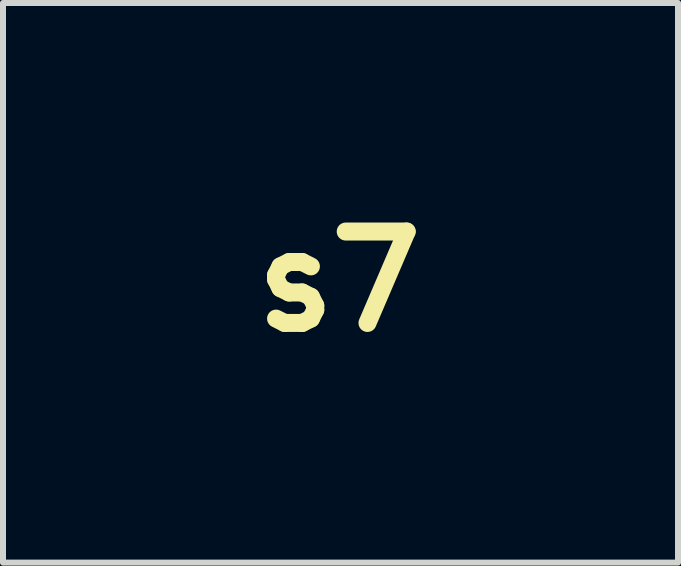
<source format=kicad_pcb>
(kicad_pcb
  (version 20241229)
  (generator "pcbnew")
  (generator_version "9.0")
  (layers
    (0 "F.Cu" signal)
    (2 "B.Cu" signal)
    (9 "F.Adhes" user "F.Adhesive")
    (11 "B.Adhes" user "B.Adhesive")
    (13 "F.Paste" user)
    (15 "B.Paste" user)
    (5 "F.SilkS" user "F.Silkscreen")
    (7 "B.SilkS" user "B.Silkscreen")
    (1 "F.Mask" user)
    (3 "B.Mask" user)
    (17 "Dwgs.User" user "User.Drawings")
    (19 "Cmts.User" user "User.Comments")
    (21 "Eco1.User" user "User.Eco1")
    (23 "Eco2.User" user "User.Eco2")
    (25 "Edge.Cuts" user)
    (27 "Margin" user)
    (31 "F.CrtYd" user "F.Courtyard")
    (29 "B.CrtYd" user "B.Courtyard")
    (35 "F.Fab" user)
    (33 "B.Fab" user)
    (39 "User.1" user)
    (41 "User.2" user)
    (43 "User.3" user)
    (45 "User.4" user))
  (footprint "s7"
    (layer "F.Cu")
    (at 2.605 1.645)
    (property "Reference" "s7" (at 0 0 0) (layer "F.SilkS") (effects (font (size 1.524 1.524) (thickness 0.3))))
    (attr through_hole)
    (fp_poly (pts (xy -0.551 -1.64) (xy -0.536 -1.639) (xy -0.517 -1.637) (xy -0.494 -1.636) (xy -0.471 -1.634) (xy -0.452 -1.634) (xy -0.43 -1.633) (xy -0.411 -1.631) (xy -0.394 -1.628) (xy -0.377 -1.624) (xy -0.376 -1.624) (xy -0.352 -1.617) (xy -0.332 -1.612) (xy -0.316 -1.609) (xy -0.302 -1.607) (xy -0.289 -1.605) (xy -0.286 -1.605) (xy -0.265 -1.601) (xy -0.247 -1.596) (xy -0.234 -1.588) (xy -0.233 -1.587) (xy -0.228 -1.583) (xy -0.221 -1.581) (xy -0.211 -1.58) (xy -0.2 -1.579) (xy -0.186 -1.578) (xy -0.177 -1.577) (xy -0.17 -1.575) (xy -0.164 -1.57) (xy -0.163 -1.569) (xy -0.152 -1.561) (xy -0.145 -1.556) (xy -0.139 -1.553) (xy -0.133 -1.552) (xy -0.128 -1.551) (xy -0.121 -1.549) (xy -0.11 -1.545) (xy -0.095 -1.539) (xy -0.078 -1.531) (xy -0.06 -1.523) (xy -0.042 -1.514) (xy -0.026 -1.506) (xy -0.011 -1.498) (xy 0.000215 -1.491) (xy 0.007 -1.487) (xy 0.008 -1.486) (xy 0.015 -1.481) (xy 0.024 -1.477) (xy 0.027 -1.476) (xy 0.037 -1.472) (xy 0.048 -1.467) (xy 0.059 -1.458) (xy 0.073 -1.447) (xy 0.084 -1.438) (xy 0.097 -1.43) (xy 0.103 -1.426) (xy 0.114 -1.42) (xy 0.124 -1.414) (xy 0.129 -1.411) (xy 0.136 -1.406) (xy 0.142 -1.402) (xy 0.143 -1.402) (xy 0.152 -1.397) (xy 0.164 -1.389) (xy 0.178 -1.378) (xy 0.195 -1.364) (xy 0.212 -1.349) (xy 0.23 -1.334) (xy 0.247 -1.317) (xy 0.264 -1.302) (xy 0.279 -1.287) (xy 0.291 -1.274) (xy 0.301 -1.263) (xy 0.306 -1.255) (xy 0.308 -1.251) (xy 0.31 -1.247) (xy 0.315 -1.242) (xy 0.326 -1.236) (xy 0.328 -1.235) (xy 0.339 -1.228) (xy 0.353 -1.218) (xy 0.369 -1.204) (xy 0.386 -1.187) (xy 0.403 -1.17) (xy 0.419 -1.153) (xy 0.432 -1.136) (xy 0.443 -1.122) (xy 0.447 -1.115) (xy 0.454 -1.105) (xy 0.459 -1.096) (xy 0.463 -1.091) (xy 0.464 -1.09) (xy 0.466 -1.088) (xy 0.47 -1.084) (xy 0.476 -1.076) (xy 0.485 -1.064) (xy 0.496 -1.049) (xy 0.511 -1.03) (xy 0.528 -1.005) (xy 0.534 -0.998) (xy 0.541 -0.987) (xy 0.549 -0.975) (xy 0.552 -0.969) (xy 0.558 -0.958) (xy 0.565 -0.946) (xy 0.57 -0.938) (xy 0.576 -0.928) (xy 0.582 -0.918) (xy 0.584 -0.913) (xy 0.587 -0.906) (xy 0.593 -0.897) (xy 0.6 -0.887) (xy 0.606 -0.876) (xy 0.615 -0.861) (xy 0.624 -0.846) (xy 0.628 -0.837) (xy 0.635 -0.824) (xy 0.642 -0.811) (xy 0.648 -0.801) (xy 0.651 -0.797) (xy 0.655 -0.789) (xy 0.657 -0.782) (xy 0.657 -0.781) (xy 0.659 -0.776) (xy 0.662 -0.766) (xy 0.667 -0.753) (xy 0.673 -0.739) (xy 0.68 -0.724) (xy 0.687 -0.71) (xy 0.692 -0.699) (xy 0.696 -0.691) (xy 0.698 -0.683) (xy 0.699 -0.682) (xy 0.7 -0.676) (xy 0.703 -0.667) (xy 0.706 -0.657) (xy 0.711 -0.643) (xy 0.716 -0.627) (xy 0.718 -0.618) (xy 0.722 -0.596) (xy 0.727 -0.579) (xy 0.731 -0.567) (xy 0.735 -0.562) (xy 0.738 -0.557) (xy 0.738 -0.548) (xy 0.738 -0.543) (xy 0.738 -0.529) (xy 0.741 -0.519) (xy 0.745 -0.509) (xy 0.746 -0.499) (xy 0.747 -0.49) (xy 0.75 -0.479) (xy 0.752 -0.471) (xy 0.756 -0.457) (xy 0.76 -0.441) (xy 0.762 -0.432) (xy 0.765 -0.42) (xy 0.768 -0.41) (xy 0.771 -0.404) (xy 0.772 -0.401) (xy 0.773 -0.396) (xy 0.774 -0.388) (xy 0.775 -0.377) (xy 0.775 -0.362) (xy 0.776 -0.343) (xy 0.776 -0.318) (xy 0.776 -0.304) (xy 0.776 -0.277) (xy 0.775 -0.255) (xy 0.775 -0.239) (xy 0.775 -0.226) (xy 0.774 -0.216) (xy 0.773 -0.208) (xy 0.772 -0.201) (xy 0.77 -0.195) (xy 0.769 -0.19) (xy 0.765 -0.179) (xy 0.763 -0.171) (xy 0.764 -0.163) (xy 0.766 -0.152) (xy 0.767 -0.148) (xy 0.77 -0.129) (xy 0.771 -0.115) (xy 0.77 -0.106) (xy 0.769 -0.103) (xy 0.767 -0.098) (xy 0.765 -0.09) (xy 0.764 -0.081) (xy 0.761 -0.056) (xy 0.759 -0.036) (xy 0.757 -0.021) (xy 0.755 -0.009) (xy 0.752 -0.001) (xy 0.752 0.002) (xy 0.748 0.012) (xy 0.746 0.026) (xy 0.745 0.032) (xy 0.742 0.047) (xy 0.737 0.061) (xy 0.735 0.064) (xy 0.73 0.077) (xy 0.726 0.093) (xy 0.724 0.102) (xy 0.721 0.121) (xy 0.717 0.14) (xy 0.711 0.158) (xy 0.706 0.173) (xy 0.701 0.183) (xy 0.697 0.191) (xy 0.695 0.197) (xy 0.695 0.198) (xy 0.694 0.203) (xy 0.69 0.212) (xy 0.684 0.225) (xy 0.677 0.239) (xy 0.67 0.252) (xy 0.663 0.265) (xy 0.659 0.271) (xy 0.648 0.29) (xy 0.641 0.303) (xy 0.638 0.313) (xy 0.638 0.314) (xy 0.636 0.321) (xy 0.633 0.324) (xy 0.629 0.33) (xy 0.622 0.341) (xy 0.614 0.359) (xy 0.606 0.376) (xy 0.603 0.382) (xy 0.597 0.391) (xy 0.589 0.401) (xy 0.589 0.402) (xy 0.581 0.413) (xy 0.571 0.427) (xy 0.56 0.442) (xy 0.554 0.451) (xy 0.544 0.465) (xy 0.534 0.48) (xy 0.524 0.492) (xy 0.519 0.498) (xy 0.51 0.51) (xy 0.499 0.524) (xy 0.493 0.532) (xy 0.485 0.542) (xy 0.474 0.554) (xy 0.462 0.566) (xy 0.457 0.57) (xy 0.445 0.581) (xy 0.433 0.593) (xy 0.423 0.603) (xy 0.421 0.607) (xy 0.412 0.619) (xy 0.401 0.632) (xy 0.394 0.639) (xy 0.386 0.648) (xy 0.382 0.654) (xy 0.381 0.661) (xy 0.381 0.668) (xy 0.38 0.679) (xy 0.376 0.687) (xy 0.373 0.692) (xy 0.368 0.698) (xy 0.365 0.705) (xy 0.362 0.716) (xy 0.359 0.731) (xy 0.358 0.734) (xy 0.355 0.749) (xy 0.353 0.76) (xy 0.35 0.766) (xy 0.347 0.771) (xy 0.345 0.772) (xy 0.341 0.776) (xy 0.338 0.781) (xy 0.337 0.789) (xy 0.337 0.799) (xy 0.338 0.812) (xy 0.34 0.819) (xy 0.344 0.821) (xy 0.352 0.818) (xy 0.359 0.813) (xy 0.369 0.806) (xy 0.382 0.795) (xy 0.395 0.782) (xy 0.41 0.768) (xy 0.424 0.753) (xy 0.438 0.738) (xy 0.45 0.724) (xy 0.46 0.712) (xy 0.467 0.703) (xy 0.47 0.697) (xy 0.47 0.696) (xy 0.472 0.692) (xy 0.478 0.686) (xy 0.487 0.678) (xy 0.489 0.676) (xy 0.499 0.666) (xy 0.511 0.654) (xy 0.524 0.64) (xy 0.536 0.627) (xy 0.548 0.613) (xy 0.561 0.599) (xy 0.573 0.586) (xy 0.582 0.578) (xy 0.612 0.549) (xy 0.642 0.517) (xy 0.665 0.492) (xy 0.679 0.477) (xy 0.694 0.459) (xy 0.71 0.443) (xy 0.718 0.435) (xy 0.729 0.424) (xy 0.738 0.415) (xy 0.744 0.408) (xy 0.746 0.405) (xy 0.746 0.405) (xy 0.747 0.403) (xy 0.749 0.4) (xy 0.753 0.396) (xy 0.759 0.389) (xy 0.768 0.38) (xy 0.78 0.368) (xy 0.796 0.352) (xy 0.815 0.333) (xy 0.826 0.322) (xy 0.844 0.304) (xy 0.861 0.288) (xy 0.876 0.273) (xy 0.89 0.26) (xy 0.901 0.25) (xy 0.908 0.244) (xy 0.909 0.243) (xy 0.919 0.233) (xy 0.93 0.222) (xy 0.936 0.214) (xy 0.943 0.206) (xy 0.953 0.194) (xy 0.965 0.181) (xy 0.979 0.167) (xy 0.984 0.161) (xy 0.999 0.146) (xy 1.015 0.128) (xy 1.031 0.111) (xy 1.044 0.097) (xy 1.046 0.095) (xy 1.057 0.083) (xy 1.067 0.073) (xy 1.075 0.066) (xy 1.079 0.062) (xy 1.08 0.062) (xy 1.087 0.058) (xy 1.096 0.05) (xy 1.105 0.039) (xy 1.114 0.028) (xy 1.119 0.019) (xy 1.126 0.008) (xy 1.133 -0.000261) (xy 1.136 -0.003) (xy 1.145 -0.008) (xy 1.156 -0.013) (xy 1.167 -0.016) (xy 1.176 -0.017) (xy 1.18 -0.017) (xy 1.185 -0.013) (xy 1.19 -0.004) (xy 1.193 0.005) (xy 1.195 0.013) (xy 1.195 0.015) (xy 1.196 0.023) (xy 1.201 0.034) (xy 1.209 0.045) (xy 1.217 0.055) (xy 1.229 0.067) (xy 1.236 0.076) (xy 1.239 0.083) (xy 1.239 0.089) (xy 1.238 0.092) (xy 1.233 0.1) (xy 1.229 0.106) (xy 1.224 0.114) (xy 1.221 0.124) (xy 1.221 0.125) (xy 1.217 0.136) (xy 1.209 0.148) (xy 1.206 0.151) (xy 1.197 0.162) (xy 1.189 0.175) (xy 1.185 0.18) (xy 1.179 0.191) (xy 1.172 0.201) (xy 1.17 0.205) (xy 1.164 0.214) (xy 1.158 0.225) (xy 1.157 0.227) (xy 1.152 0.237) (xy 1.148 0.246) (xy 1.147 0.247) (xy 1.142 0.256) (xy 1.136 0.268) (xy 1.13 0.281) (xy 1.125 0.295) (xy 1.121 0.306) (xy 1.119 0.312) (xy 1.116 0.321) (xy 1.111 0.332) (xy 1.108 0.337) (xy 1.102 0.348) (xy 1.097 0.362) (xy 1.095 0.37) (xy 1.092 0.382) (xy 1.087 0.393) (xy 1.084 0.399) (xy 1.079 0.407) (xy 1.074 0.418) (xy 1.069 0.43) (xy 1.064 0.443) (xy 1.061 0.453) (xy 1.06 0.458) (xy 1.059 0.463) (xy 1.054 0.47) (xy 1.051 0.474) (xy 1.043 0.484) (xy 1.035 0.499) (xy 1.027 0.517) (xy 1.019 0.534) (xy 1.013 0.551) (xy 1.011 0.556) (xy 1.008 0.566) (xy 1.005 0.573) (xy 1.004 0.575) (xy 1.001 0.577) (xy 0.997 0.584) (xy 0.993 0.593) (xy 0.989 0.602) (xy 0.985 0.61) (xy 0.984 0.614) (xy 0.982 0.618) (xy 0.978 0.625) (xy 0.977 0.627) (xy 0.966 0.645) (xy 0.957 0.668) (xy 0.952 0.684) (xy 0.949 0.698) (xy 0.944 0.712) (xy 0.941 0.719) (xy 0.937 0.728) (xy 0.935 0.736) (xy 0.935 0.739) (xy 0.934 0.744) (xy 0.929 0.753) (xy 0.926 0.755) (xy 0.917 0.769) (xy 0.913 0.781) (xy 0.91 0.794) (xy 0.905 0.811) (xy 0.897 0.83) (xy 0.889 0.845) (xy 0.885 0.855) (xy 0.881 0.867) (xy 0.88 0.872) (xy 0.876 0.882) (xy 0.871 0.896) (xy 0.866 0.91) (xy 0.864 0.913) (xy 0.858 0.928) (xy 0.851 0.944) (xy 0.845 0.958) (xy 0.844 0.959) (xy 0.839 0.974) (xy 0.834 0.99) (xy 0.832 1.002) (xy 0.829 1.015) (xy 0.826 1.026) (xy 0.824 1.034) (xy 0.82 1.043) (xy 0.819 1.052) (xy 0.818 1.059) (xy 0.816 1.07) (xy 0.814 1.075) (xy 0.812 1.086) (xy 0.81 1.096) (xy 0.81 1.1) (xy 0.808 1.109) (xy 0.804 1.115) (xy 0.801 1.121) (xy 0.802 1.123) (xy 0.805 1.128) (xy 0.808 1.135) (xy 0.808 1.136) (xy 0.812 1.145) (xy 0.817 1.15) (xy 0.824 1.151) (xy 0.831 1.149) (xy 0.84 1.144) (xy 0.852 1.135) (xy 0.867 1.121) (xy 0.876 1.111) (xy 0.889 1.098) (xy 0.903 1.086) (xy 0.915 1.074) (xy 0.925 1.067) (xy 0.925 1.066) (xy 0.939 1.055) (xy 0.947 1.044) (xy 0.95 1.038) (xy 0.956 1.027) (xy 0.963 1.015) (xy 0.968 1.008) (xy 0.977 0.996) (xy 0.985 0.983) (xy 0.989 0.976) (xy 1.006 0.951) (xy 1.028 0.924) (xy 1.051 0.898) (xy 1.063 0.885) (xy 1.075 0.871) (xy 1.085 0.858) (xy 1.088 0.852) (xy 1.098 0.838) (xy 1.109 0.825) (xy 1.119 0.814) (xy 1.131 0.803) (xy 1.143 0.789) (xy 1.151 0.778) (xy 1.167 0.754) (xy 1.181 0.735) (xy 1.193 0.719) (xy 1.203 0.705) (xy 1.214 0.693) (xy 1.223 0.683) (xy 1.236 0.669) (xy 1.245 0.656) (xy 1.252 0.645) (xy 1.254 0.639) (xy 1.258 0.63) (xy 1.262 0.621) (xy 1.269 0.611) (xy 1.277 0.6) (xy 1.288 0.587) (xy 1.302 0.57) (xy 1.32 0.55) (xy 1.321 0.55) (xy 1.325 0.543) (xy 1.326 0.538) (xy 1.326 0.538) (xy 1.327 0.534) (xy 1.331 0.526) (xy 1.337 0.516) (xy 1.338 0.514) (xy 1.347 0.501) (xy 1.357 0.485) (xy 1.364 0.475) (xy 1.373 0.461) (xy 1.383 0.446) (xy 1.391 0.436) (xy 1.403 0.42) (xy 1.411 0.408) (xy 1.416 0.4) (xy 1.419 0.394) (xy 1.419 0.392) (xy 1.421 0.386) (xy 1.425 0.378) (xy 1.433 0.368) (xy 1.445 0.353) (xy 1.452 0.346) (xy 1.463 0.333) (xy 1.474 0.321) (xy 1.482 0.31) (xy 1.485 0.306) (xy 1.494 0.294) (xy 1.504 0.282) (xy 1.509 0.276) (xy 1.515 0.267) (xy 1.521 0.258) (xy 1.522 0.254) (xy 1.526 0.247) (xy 1.532 0.239) (xy 1.537 0.233) (xy 1.544 0.225) (xy 1.552 0.213) (xy 1.561 0.199) (xy 1.565 0.191) (xy 1.574 0.176) (xy 1.584 0.159) (xy 1.594 0.145) (xy 1.598 0.14) (xy 1.607 0.129) (xy 1.614 0.117) (xy 1.619 0.108) (xy 1.619 0.107) (xy 1.624 0.097) (xy 1.631 0.086) (xy 1.637 0.08) (xy 1.66 0.052) (xy 1.683 0.022) (xy 1.692 0.008) (xy 1.705 -0.009) (xy 1.719 -0.025) (xy 1.733 -0.038) (xy 1.747 -0.049) (xy 1.76 -0.057) (xy 1.77 -0.061) (xy 1.778 -0.061) (xy 1.78 -0.06) (xy 1.783 -0.055) (xy 1.785 -0.047) (xy 1.786 -0.042) (xy 1.788 -0.034) (xy 1.791 -0.027) (xy 1.797 -0.019) (xy 1.806 -0.009) (xy 1.807 -0.008) (xy 1.82 0.005) (xy 1.827 0.015) (xy 1.83 0.024) (xy 1.829 0.032) (xy 1.826 0.039) (xy 1.822 0.046) (xy 1.817 0.055) (xy 1.811 0.067) (xy 1.804 0.083) (xy 1.796 0.1) (xy 1.791 0.112) (xy 1.785 0.122) (xy 1.781 0.128) (xy 1.781 0.129) (xy 1.776 0.135) (xy 1.771 0.145) (xy 1.768 0.151) (xy 1.763 0.163) (xy 1.757 0.177) (xy 1.752 0.185) (xy 1.748 0.196) (xy 1.744 0.206) (xy 1.743 0.212) (xy 1.742 0.219) (xy 1.739 0.229) (xy 1.734 0.24) (xy 1.734 0.241) (xy 1.729 0.253) (xy 1.725 0.264) (xy 1.722 0.271) (xy 1.72 0.28) (xy 1.715 0.291) (xy 1.712 0.298) (xy 1.707 0.311) (xy 1.701 0.327) (xy 1.695 0.345) (xy 1.69 0.361) (xy 1.686 0.375) (xy 1.684 0.384) (xy 1.682 0.394) (xy 1.678 0.406) (xy 1.677 0.41) (xy 1.673 0.421) (xy 1.667 0.436) (xy 1.661 0.456) (xy 1.655 0.477) (xy 1.649 0.499) (xy 1.643 0.52) (xy 1.638 0.54) (xy 1.637 0.542) (xy 1.634 0.556) (xy 1.633 0.572) (xy 1.632 0.587) (xy 1.63 0.613) (xy 1.626 0.639) (xy 1.619 0.662) (xy 1.617 0.667) (xy 1.614 0.677) (xy 1.612 0.688) (xy 1.613 0.703) (xy 1.613 0.703) (xy 1.613 0.717) (xy 1.612 0.734) (xy 1.611 0.751) (xy 1.61 0.756) (xy 1.608 0.776) (xy 1.607 0.798) (xy 1.608 0.82) (xy 1.609 0.84) (xy 1.612 0.856) (xy 1.614 0.866) (xy 1.617 0.878) (xy 1.619 0.891) (xy 1.619 0.9) (xy 1.62 0.914) (xy 1.623 0.924) (xy 1.626 0.929) (xy 1.631 0.937) (xy 1.637 0.948) (xy 1.642 0.959) (xy 1.652 0.977) (xy 1.663 0.995) (xy 1.674 1.011) (xy 1.686 1.024) (xy 1.696 1.032) (xy 1.701 1.035) (xy 1.708 1.037) (xy 1.718 1.038) (xy 1.732 1.039) (xy 1.736 1.039) (xy 1.763 1.037) (xy 1.785 1.032) (xy 1.803 1.022) (xy 1.81 1.018) (xy 1.82 1.012) (xy 1.832 1.006) (xy 1.834 1.005) (xy 1.849 0.995) (xy 1.864 0.984) (xy 1.872 0.976) (xy 1.882 0.966) (xy 1.895 0.955) (xy 1.909 0.945) (xy 1.911 0.943) (xy 1.926 0.933) (xy 1.936 0.926) (xy 1.943 0.92) (xy 1.95 0.913) (xy 1.956 0.906) (xy 1.96 0.901) (xy 1.969 0.89) (xy 1.979 0.88) (xy 1.985 0.876) (xy 1.995 0.868) (xy 2 0.863) (xy 2.003 0.858) (xy 2.003 0.852) (xy 2.006 0.846) (xy 2.012 0.837) (xy 2.02 0.828) (xy 2.03 0.818) (xy 2.038 0.809) (xy 2.043 0.802) (xy 2.043 0.802) (xy 2.063 0.775) (xy 2.088 0.751) (xy 2.1 0.74) (xy 2.123 0.721) (xy 2.143 0.701) (xy 2.159 0.682) (xy 2.169 0.665) (xy 2.175 0.655) (xy 2.184 0.641) (xy 2.195 0.625) (xy 2.208 0.608) (xy 2.222 0.592) (xy 2.234 0.578) (xy 2.238 0.574) (xy 2.249 0.561) (xy 2.257 0.55) (xy 2.263 0.537) (xy 2.266 0.53) (xy 2.273 0.514) (xy 2.28 0.502) (xy 2.289 0.492) (xy 2.299 0.481) (xy 2.308 0.468) (xy 2.313 0.461) (xy 2.319 0.45) (xy 2.325 0.44) (xy 2.328 0.435) (xy 2.335 0.426) (xy 2.34 0.416) (xy 2.344 0.408) (xy 2.35 0.397) (xy 2.357 0.385) (xy 2.358 0.384) (xy 2.365 0.371) (xy 2.372 0.359) (xy 2.376 0.349) (xy 2.376 0.348) (xy 2.38 0.338) (xy 2.385 0.33) (xy 2.387 0.328) (xy 2.391 0.322) (xy 2.396 0.312) (xy 2.401 0.3) (xy 2.402 0.299) (xy 2.406 0.288) (xy 2.41 0.279) (xy 2.413 0.275) (xy 2.413 0.274) (xy 2.417 0.27) (xy 2.421 0.262) (xy 2.427 0.252) (xy 2.432 0.241) (xy 2.436 0.231) (xy 2.438 0.224) (xy 2.438 0.223) (xy 2.44 0.216) (xy 2.442 0.214) (xy 2.445 0.21) (xy 2.449 0.203) (xy 2.451 0.199) (xy 2.455 0.19) (xy 2.455 0.184) (xy 2.454 0.182) (xy 2.447 0.178) (xy 2.437 0.179) (xy 2.427 0.183) (xy 2.416 0.187) (xy 2.399 0.189) (xy 2.395 0.189) (xy 2.383 0.189) (xy 2.375 0.188) (xy 2.37 0.185) (xy 2.366 0.181) (xy 2.366 0.181) (xy 2.361 0.173) (xy 2.359 0.167) (xy 2.357 0.16) (xy 2.353 0.151) (xy 2.353 0.151) (xy 2.348 0.142) (xy 2.346 0.135) (xy 2.346 0.134) (xy 2.345 0.129) (xy 2.342 0.129) (xy 2.337 0.13) (xy 2.337 0.129) (xy 2.338 0.126) (xy 2.342 0.118) (xy 2.347 0.107) (xy 2.353 0.093) (xy 2.354 0.092) (xy 2.361 0.077) (xy 2.367 0.063) (xy 2.371 0.051) (xy 2.373 0.044) (xy 2.378 0.032) (xy 2.387 0.019) (xy 2.389 0.016) (xy 2.397 0.006) (xy 2.402 -0.004) (xy 2.405 -0.015) (xy 2.405 -0.015) (xy 2.406 -0.023) (xy 2.408 -0.03) (xy 2.412 -0.037) (xy 2.418 -0.045) (xy 2.426 -0.056) (xy 2.438 -0.069) (xy 2.448 -0.081) (xy 2.462 -0.096) (xy 2.474 -0.107) (xy 2.483 -0.114) (xy 2.486 -0.115) (xy 2.495 -0.117) (xy 2.507 -0.118) (xy 2.521 -0.119) (xy 2.524 -0.119) (xy 2.544 -0.118) (xy 2.559 -0.115) (xy 2.57 -0.109) (xy 2.579 -0.1) (xy 2.585 -0.089) (xy 2.591 -0.079) (xy 2.6 -0.067) (xy 2.611 -0.054) (xy 2.617 -0.048) (xy 2.641 -0.024) (xy 2.643 0.00015) (xy 2.644 0.016) (xy 2.643 0.027) (xy 2.641 0.035) (xy 2.638 0.043) (xy 2.639 0.05) (xy 2.641 0.058) (xy 2.644 0.066) (xy 2.644 0.073) (xy 2.643 0.083) (xy 2.641 0.088) (xy 2.639 0.095) (xy 2.637 0.103) (xy 2.633 0.112) (xy 2.627 0.124) (xy 2.619 0.139) (xy 2.609 0.158) (xy 2.605 0.165) (xy 2.601 0.173) (xy 2.6 0.179) (xy 2.599 0.186) (xy 2.594 0.195) (xy 2.594 0.195) (xy 2.588 0.205) (xy 2.583 0.214) (xy 2.578 0.223) (xy 2.571 0.233) (xy 2.569 0.237) (xy 2.561 0.247) (xy 2.554 0.26) (xy 2.551 0.265) (xy 2.545 0.275) (xy 2.539 0.284) (xy 2.536 0.288) (xy 2.532 0.294) (xy 2.527 0.304) (xy 2.521 0.316) (xy 2.519 0.319) (xy 2.512 0.334) (xy 2.503 0.349) (xy 2.495 0.362) (xy 2.494 0.363) (xy 2.486 0.374) (xy 2.48 0.384) (xy 2.476 0.391) (xy 2.476 0.391) (xy 2.471 0.401) (xy 2.465 0.411) (xy 2.465 0.412) (xy 2.459 0.422) (xy 2.454 0.432) (xy 2.454 0.433) (xy 2.45 0.442) (xy 2.444 0.453) (xy 2.44 0.458) (xy 2.433 0.467) (xy 2.426 0.476) (xy 2.418 0.488) (xy 2.409 0.503) (xy 2.402 0.513) (xy 2.396 0.523) (xy 2.387 0.536) (xy 2.378 0.55) (xy 2.374 0.556) (xy 2.366 0.568) (xy 2.36 0.578) (xy 2.357 0.586) (xy 2.356 0.589) (xy 2.353 0.596) (xy 2.347 0.606) (xy 2.336 0.619) (xy 2.323 0.634) (xy 2.321 0.636) (xy 2.311 0.649) (xy 2.304 0.663) (xy 2.303 0.665) (xy 2.3 0.673) (xy 2.296 0.68) (xy 2.292 0.688) (xy 2.285 0.696) (xy 2.275 0.706) (xy 2.262 0.719) (xy 2.252 0.727) (xy 2.24 0.739) (xy 2.23 0.748) (xy 2.223 0.756) (xy 2.219 0.76) (xy 2.218 0.761) (xy 2.217 0.767) (xy 2.216 0.776) (xy 2.216 0.777) (xy 2.215 0.784) (xy 2.212 0.79) (xy 2.208 0.799) (xy 2.2 0.809) (xy 2.193 0.818) (xy 2.177 0.838) (xy 2.159 0.859) (xy 2.141 0.88) (xy 2.124 0.9) (xy 2.108 0.917) (xy 2.094 0.93) (xy 2.091 0.933) (xy 2.08 0.945) (xy 2.071 0.957) (xy 2.066 0.965) (xy 2.061 0.974) (xy 2.054 0.985) (xy 2.046 0.995) (xy 2.039 1.004) (xy 2.032 1.011) (xy 2.027 1.013) (xy 2.021 1.015) (xy 2.011 1.021) (xy 1.999 1.031) (xy 1.983 1.043) (xy 1.967 1.058) (xy 1.95 1.075) (xy 1.938 1.086) (xy 1.922 1.101) (xy 1.908 1.115) (xy 1.896 1.125) (xy 1.886 1.132) (xy 1.883 1.134) (xy 1.873 1.14) (xy 1.86 1.147) (xy 1.854 1.151) (xy 1.826 1.168) (xy 1.797 1.18) (xy 1.766 1.187) (xy 1.731 1.19) (xy 1.718 1.191) (xy 1.694 1.19) (xy 1.673 1.186) (xy 1.654 1.18) (xy 1.635 1.171) (xy 1.622 1.162) (xy 1.626 1.162) (xy 1.627 1.165) (xy 1.628 1.164) (xy 1.628 1.16) (xy 1.628 1.16) (xy 1.626 1.16) (xy 1.626 1.162) (xy 1.622 1.162) (xy 1.615 1.157) (xy 1.594 1.14) (xy 1.575 1.121) (xy 1.56 1.106) (xy 1.549 1.094) (xy 1.54 1.084) (xy 1.533 1.075) (xy 1.528 1.066) (xy 1.522 1.055) (xy 1.521 1.053) (xy 1.515 1.038) (xy 1.509 1.024) (xy 1.506 1.013) (xy 1.505 1.009) (xy 1.499 0.992) (xy 1.492 0.982) (xy 1.486 0.974) (xy 1.482 0.965) (xy 1.481 0.963) (xy 1.479 0.955) (xy 1.476 0.944) (xy 1.474 0.937) (xy 1.471 0.923) (xy 1.469 0.908) (xy 1.468 0.899) (xy 1.467 0.886) (xy 1.466 0.874) (xy 1.465 0.867) (xy 1.464 0.858) (xy 1.463 0.845) (xy 1.463 0.835) (xy 1.463 0.819) (xy 1.46 0.806) (xy 1.459 0.802) (xy 1.455 0.788) (xy 1.455 0.772) (xy 1.458 0.753) (xy 1.459 0.749) (xy 1.462 0.738) (xy 1.463 0.73) (xy 1.463 0.726) (xy 1.463 0.719) (xy 1.464 0.707) (xy 1.467 0.694) (xy 1.47 0.68) (xy 1.473 0.668) (xy 1.473 0.668) (xy 1.476 0.657) (xy 1.478 0.642) (xy 1.48 0.625) (xy 1.48 0.608) (xy 1.481 0.591) (xy 1.48 0.577) (xy 1.478 0.566) (xy 1.477 0.563) (xy 1.473 0.558) (xy 1.469 0.556) (xy 1.463 0.559) (xy 1.453 0.566) (xy 1.453 0.566) (xy 1.44 0.576) (xy 1.431 0.585) (xy 1.425 0.593) (xy 1.421 0.6) (xy 1.417 0.608) (xy 1.409 0.618) (xy 1.4 0.628) (xy 1.399 0.629) (xy 1.39 0.637) (xy 1.384 0.644) (xy 1.381 0.649) (xy 1.381 0.649) (xy 1.38 0.654) (xy 1.377 0.661) (xy 1.375 0.665) (xy 1.37 0.676) (xy 1.365 0.689) (xy 1.363 0.692) (xy 1.359 0.7) (xy 1.352 0.712) (xy 1.342 0.725) (xy 1.334 0.736) (xy 1.324 0.749) (xy 1.315 0.762) (xy 1.307 0.772) (xy 1.303 0.778) (xy 1.296 0.789) (xy 1.287 0.8) (xy 1.285 0.803) (xy 1.276 0.813) (xy 1.268 0.824) (xy 1.264 0.829) (xy 1.257 0.839) (xy 1.247 0.851) (xy 1.241 0.858) (xy 1.231 0.869) (xy 1.222 0.882) (xy 1.214 0.894) (xy 1.207 0.906) (xy 1.199 0.918) (xy 1.192 0.926) (xy 1.185 0.935) (xy 1.177 0.947) (xy 1.168 0.958) (xy 1.168 0.959) (xy 1.159 0.97) (xy 1.147 0.984) (xy 1.135 0.998) (xy 1.129 1.004) (xy 1.117 1.016) (xy 1.11 1.025) (xy 1.106 1.032) (xy 1.105 1.037) (xy 1.104 1.043) (xy 1.103 1.048) (xy 1.099 1.055) (xy 1.094 1.063) (xy 1.085 1.074) (xy 1.072 1.088) (xy 1.072 1.089) (xy 1.051 1.115) (xy 1.032 1.142) (xy 1.015 1.17) (xy 1.005 1.187) (xy 0.995 1.201) (xy 0.979 1.216) (xy 0.975 1.219) (xy 0.963 1.229) (xy 0.951 1.241) (xy 0.941 1.252) (xy 0.94 1.254) (xy 0.931 1.265) (xy 0.92 1.278) (xy 0.909 1.289) (xy 0.896 1.299) (xy 0.882 1.31) (xy 0.867 1.32) (xy 0.853 1.329) (xy 0.841 1.335) (xy 0.833 1.339) (xy 0.829 1.34) (xy 0.822 1.341) (xy 0.812 1.344) (xy 0.811 1.345) (xy 0.801 1.347) (xy 0.787 1.349) (xy 0.77 1.35) (xy 0.752 1.35) (xy 0.735 1.35) (xy 0.721 1.349) (xy 0.712 1.347) (xy 0.704 1.344) (xy 0.697 1.339) (xy 0.69 1.33) (xy 0.686 1.323) (xy 0.679 1.313) (xy 0.674 1.303) (xy 0.671 1.296) (xy 0.671 1.296) (xy 0.669 1.287) (xy 0.667 1.281) (xy 0.66 1.264) (xy 0.655 1.25) (xy 0.651 1.239) (xy 0.648 1.229) (xy 0.646 1.223) (xy 0.644 1.213) (xy 0.643 1.205) (xy 0.643 1.196) (xy 0.645 1.184) (xy 0.646 1.176) (xy 0.649 1.161) (xy 0.652 1.146) (xy 0.653 1.134) (xy 0.654 1.132) (xy 0.657 1.12) (xy 0.66 1.108) (xy 0.662 1.104) (xy 0.665 1.091) (xy 0.665 1.077) (xy 0.664 1.068) (xy 0.665 1.06) (xy 0.668 1.052) (xy 0.673 1.04) (xy 0.674 1.038) (xy 0.68 1.026) (xy 0.684 1.015) (xy 0.686 1.008) (xy 0.686 1.007) (xy 0.687 0.999) (xy 0.691 0.988) (xy 0.698 0.972) (xy 0.708 0.952) (xy 0.709 0.951) (xy 0.716 0.934) (xy 0.724 0.912) (xy 0.73 0.886) (xy 0.733 0.873) (xy 0.736 0.864) (xy 0.742 0.853) (xy 0.745 0.847) (xy 0.752 0.835) (xy 0.754 0.826) (xy 0.754 0.819) (xy 0.754 0.812) (xy 0.756 0.804) (xy 0.761 0.794) (xy 0.767 0.784) (xy 0.773 0.773) (xy 0.778 0.764) (xy 0.781 0.757) (xy 0.781 0.756) (xy 0.782 0.751) (xy 0.785 0.743) (xy 0.79 0.732) (xy 0.791 0.73) (xy 0.795 0.718) (xy 0.799 0.707) (xy 0.8 0.7) (xy 0.8 0.699) (xy 0.802 0.692) (xy 0.805 0.682) (xy 0.811 0.669) (xy 0.813 0.665) (xy 0.821 0.647) (xy 0.825 0.633) (xy 0.826 0.628) (xy 0.828 0.614) (xy 0.834 0.6) (xy 0.845 0.583) (xy 0.851 0.574) (xy 0.855 0.564) (xy 0.856 0.561) (xy 0.858 0.553) (xy 0.862 0.541) (xy 0.867 0.529) (xy 0.868 0.528) (xy 0.876 0.51) (xy 0.882 0.494) (xy 0.886 0.478) (xy 0.887 0.473) (xy 0.888 0.464) (xy 0.886 0.46) (xy 0.881 0.46) (xy 0.873 0.465) (xy 0.862 0.475) (xy 0.852 0.483) (xy 0.834 0.501) (xy 0.815 0.519) (xy 0.797 0.538) (xy 0.778 0.557) (xy 0.761 0.575) (xy 0.746 0.59) (xy 0.734 0.604) (xy 0.726 0.614) (xy 0.724 0.616) (xy 0.716 0.625) (xy 0.705 0.638) (xy 0.693 0.651) (xy 0.683 0.662) (xy 0.67 0.676) (xy 0.655 0.692) (xy 0.639 0.71) (xy 0.625 0.726) (xy 0.624 0.727) (xy 0.611 0.741) (xy 0.595 0.759) (xy 0.578 0.777) (xy 0.56 0.796) (xy 0.545 0.811) (xy 0.53 0.826) (xy 0.516 0.841) (xy 0.504 0.855) (xy 0.494 0.866) (xy 0.488 0.874) (xy 0.488 0.874) (xy 0.479 0.886) (xy 0.469 0.898) (xy 0.462 0.906) (xy 0.453 0.917) (xy 0.443 0.93) (xy 0.433 0.944) (xy 0.43 0.948) (xy 0.421 0.961) (xy 0.411 0.973) (xy 0.403 0.982) (xy 0.4 0.985) (xy 0.385 0.997) (xy 0.375 1.006) (xy 0.367 1.013) (xy 0.36 1.021) (xy 0.354 1.029) (xy 0.352 1.033) (xy 0.339 1.051) (xy 0.323 1.071) (xy 0.304 1.092) (xy 0.297 1.1) (xy 0.29 1.109) (xy 0.282 1.119) (xy 0.281 1.12) (xy 0.276 1.127) (xy 0.267 1.137) (xy 0.257 1.148) (xy 0.247 1.159) (xy 0.234 1.171) (xy 0.226 1.181) (xy 0.22 1.188) (xy 0.216 1.196) (xy 0.214 1.202) (xy 0.211 1.211) (xy 0.206 1.22) (xy 0.198 1.229) (xy 0.187 1.24) (xy 0.177 1.25) (xy 0.169 1.257) (xy 0.163 1.262) (xy 0.162 1.263) (xy 0.158 1.267) (xy 0.154 1.274) (xy 0.153 1.278) (xy 0.148 1.286) (xy 0.14 1.296) (xy 0.13 1.308) (xy 0.123 1.315) (xy 0.111 1.327) (xy 0.1 1.341) (xy 0.09 1.353) (xy 0.086 1.358) (xy 0.079 1.368) (xy 0.074 1.375) (xy 0.07 1.379) (xy 0.07 1.38) (xy 0.067 1.383) (xy 0.061 1.39) (xy 0.054 1.4) (xy 0.054 1.4) (xy 0.046 1.411) (xy 0.035 1.424) (xy 0.023 1.437) (xy 0.016 1.444) (xy 0.005 1.456) (xy -0.006 1.468) (xy -0.015 1.479) (xy -0.019 1.484) (xy -0.035 1.507) (xy -0.051 1.527) (xy -0.066 1.545) (xy -0.077 1.555) (xy -0.087 1.566) (xy -0.098 1.578) (xy -0.106 1.589) (xy -0.12 1.608) (xy -0.138 1.629) (xy -0.161 1.653) (xy -0.161 1.654) (xy -0.167 1.66) (xy -0.171 1.666) (xy -0.171 1.667) (xy -0.174 1.671) (xy -0.181 1.675) (xy -0.191 1.677) (xy -0.201 1.679) (xy -0.209 1.679) (xy -0.214 1.677) (xy -0.214 1.677) (xy -0.218 1.675) (xy -0.226 1.673) (xy -0.232 1.672) (xy -0.243 1.669) (xy -0.247 1.667) (xy -0.246 1.663) (xy -0.244 1.662) (xy -0.242 1.657) (xy -0.242 1.649) (xy -0.244 1.64) (xy -0.247 1.633) (xy -0.254 1.627) (xy -0.263 1.621) (xy -0.269 1.619) (xy -0.278 1.613) (xy -0.286 1.606) (xy -0.289 1.603) (xy -0.291 1.597) (xy -0.291 1.592) (xy -0.288 1.585) (xy -0.286 1.581) (xy -0.28 1.57) (xy -0.272 1.558) (xy -0.268 1.554) (xy -0.26 1.544) (xy -0.253 1.532) (xy -0.25 1.527) (xy -0.245 1.518) (xy -0.237 1.506) (xy -0.228 1.495) (xy -0.208 1.474) (xy -0.193 1.455) (xy -0.182 1.439) (xy -0.176 1.427) (xy -0.175 1.425) (xy -0.17 1.414) (xy -0.161 1.401) (xy -0.154 1.393) (xy -0.134 1.37) (xy -0.114 1.346) (xy -0.094 1.32) (xy -0.076 1.296) (xy -0.061 1.275) (xy -0.052 1.261) (xy -0.043 1.248) (xy -0.036 1.238) (xy -0.032 1.232) (xy -0.025 1.222) (xy -0.019 1.21) (xy -0.018 1.207) (xy -0.012 1.196) (xy -0.001 1.182) (xy 0.014 1.165) (xy 0.026 1.153) (xy 0.034 1.143) (xy 0.04 1.135) (xy 0.044 1.126) (xy 0.047 1.116) (xy 0.048 1.115) (xy 0.052 1.104) (xy 0.055 1.095) (xy 0.057 1.091) (xy 0.058 1.09) (xy 0.06 1.086) (xy 0.06 1.083) (xy 0.062 1.077) (xy 0.066 1.069) (xy 0.072 1.06) (xy 0.08 1.047) (xy 0.087 1.033) (xy 0.091 1.026) (xy 0.097 1.014) (xy 0.105 1.002) (xy 0.109 0.997) (xy 0.118 0.984) (xy 0.125 0.966) (xy 0.129 0.946) (xy 0.132 0.936) (xy 0.138 0.926) (xy 0.139 0.924) (xy 0.145 0.909) (xy 0.146 0.9) (xy 0.147 0.888) (xy 0.15 0.876) (xy 0.151 0.875) (xy 0.154 0.866) (xy 0.155 0.86) (xy 0.151 0.857) (xy 0.144 0.853) (xy 0.131 0.849) (xy 0.12 0.849) (xy 0.111 0.854) (xy 0.105 0.858) (xy 0.1 0.86) (xy 0.1 0.86) (xy 0.097 0.862) (xy 0.089 0.867) (xy 0.083 0.872) (xy 0.074 0.877) (xy 0.068 0.882) (xy 0.066 0.883) (xy 0.062 0.884) (xy 0.054 0.887) (xy 0.047 0.89) (xy 0.035 0.896) (xy 0.024 0.901) (xy 0.019 0.903) (xy 0.009 0.908) (xy -0.001 0.913) (xy -0.002 0.914) (xy -0.017 0.923) (xy -0.029 0.929) (xy -0.037 0.933) (xy -0.044 0.936) (xy -0.05 0.938) (xy -0.051 0.938) (xy -0.061 0.941) (xy -0.072 0.947) (xy -0.075 0.949) (xy -0.086 0.955) (xy -0.098 0.962) (xy -0.105 0.964) (xy -0.117 0.969) (xy -0.131 0.976) (xy -0.144 0.982) (xy -0.155 0.988) (xy -0.165 0.992) (xy -0.171 0.994) (xy -0.171 0.994) (xy -0.177 0.996) (xy -0.185 1) (xy -0.194 1.006) (xy -0.212 1.017) (xy -0.232 1.027) (xy -0.253 1.036) (xy -0.272 1.042) (xy -0.281 1.044) (xy -0.295 1.048) (xy -0.31 1.053) (xy -0.32 1.057) (xy -0.331 1.062) (xy -0.339 1.066) (xy -0.344 1.067) (xy -0.349 1.068) (xy -0.357 1.072) (xy -0.369 1.077) (xy -0.373 1.079) (xy -0.385 1.085) (xy -0.395 1.09) (xy -0.401 1.092) (xy -0.402 1.092) (xy -0.407 1.094) (xy -0.409 1.096) (xy -0.415 1.1) (xy -0.42 1.101) (xy -0.431 1.103) (xy -0.446 1.107) (xy -0.465 1.113) (xy -0.487 1.12) (xy -0.51 1.129) (xy -0.518 1.132) (xy -0.536 1.14) (xy -0.551 1.146) (xy -0.563 1.15) (xy -0.574 1.153) (xy -0.586 1.156) (xy -0.601 1.159) (xy -0.611 1.161) (xy -0.627 1.164) (xy -0.642 1.168) (xy -0.655 1.172) (xy -0.657 1.173) (xy -0.674 1.179) (xy -0.694 1.182) (xy -0.7 1.182) (xy -0.73 1.188) (xy -0.748 1.194) (xy -0.768 1.2) (xy -0.785 1.203) (xy -0.79 1.203) (xy -0.804 1.204) (xy -0.821 1.207) (xy -0.84 1.21) (xy -0.86 1.215) (xy -0.877 1.219) (xy -0.879 1.22) (xy -0.903 1.228) (xy -0.922 1.234) (xy -0.938 1.239) (xy -0.951 1.242) (xy -0.962 1.244) (xy -0.973 1.246) (xy -0.985 1.247) (xy -0.997 1.248) (xy -1.016 1.249) (xy -1.031 1.251) (xy -1.044 1.253) (xy -1.055 1.257) (xy -1.058 1.258) (xy -1.076 1.264) (xy -1.093 1.267) (xy -1.103 1.267) (xy -1.116 1.267) (xy -1.128 1.269) (xy -1.137 1.27) (xy -1.161 1.276) (xy -1.191 1.281) (xy -1.222 1.285) (xy -1.24 1.286) (xy -1.257 1.287) (xy -1.274 1.289) (xy -1.289 1.291) (xy -1.298 1.293) (xy -1.306 1.295) (xy -1.316 1.297) (xy -1.328 1.298) (xy -1.344 1.298) (xy -1.365 1.299) (xy -1.383 1.299) (xy -1.404 1.299) (xy -1.424 1.299) (xy -1.443 1.3) (xy -1.457 1.301) (xy -1.467 1.302) (xy -1.468 1.302) (xy -1.477 1.303) (xy -1.491 1.304) (xy -1.509 1.304) (xy -1.529 1.305) (xy -1.547 1.305) (xy -1.572 1.305) (xy -1.601 1.306) (xy -1.63 1.307) (xy -1.657 1.308) (xy -1.669 1.308) (xy -1.7 1.31) (xy -1.732 1.31) (xy -1.766 1.31) (xy -1.805 1.308) (xy -1.817 1.308) (xy -1.842 1.307) (xy -1.866 1.306) (xy -1.889 1.305) (xy -1.909 1.304) (xy -1.924 1.303) (xy -1.934 1.303) (xy -1.951 1.302) (xy -1.969 1.301) (xy -1.984 1.299) (xy -1.988 1.298) (xy -2.004 1.296) (xy -2.022 1.294) (xy -2.035 1.292) (xy -2.05 1.29) (xy -2.065 1.288) (xy -2.076 1.285) (xy -2.088 1.282) (xy -2.103 1.279) (xy -2.119 1.277) (xy -2.122 1.276) (xy -2.138 1.274) (xy -2.154 1.271) (xy -2.168 1.268) (xy -2.17 1.268) (xy -2.182 1.265) (xy -2.193 1.263) (xy -2.199 1.261) (xy -2.21 1.259) (xy -2.226 1.254) (xy -2.242 1.249) (xy -2.257 1.244) (xy -2.269 1.239) (xy -2.271 1.238) (xy -2.279 1.234) (xy -2.292 1.23) (xy -2.307 1.225) (xy -2.319 1.222) (xy -2.334 1.217) (xy -2.347 1.213) (xy -2.356 1.209) (xy -2.361 1.207) (xy -2.367 1.202) (xy -2.377 1.196) (xy -2.381 1.194) (xy -2.392 1.188) (xy -2.402 1.182) (xy -2.405 1.18) (xy -2.414 1.174) (xy -2.424 1.167) (xy -2.429 1.164) (xy -2.439 1.157) (xy -2.452 1.146) (xy -2.467 1.132) (xy -2.481 1.118) (xy -2.494 1.103) (xy -2.505 1.09) (xy -2.512 1.08) (xy -2.512 1.079) (xy -2.519 1.067) (xy -2.528 1.056) (xy -2.532 1.051) (xy -2.539 1.042) (xy -2.547 1.03) (xy -2.553 1.019) (xy -2.559 1.007) (xy -2.565 0.994) (xy -2.57 0.986) (xy -2.576 0.973) (xy -2.577 0.965) (xy -2.577 0.956) (xy -2.58 0.952) (xy -2.585 0.947) (xy -2.586 0.945) (xy -2.481 0.945) (xy -2.469 0.964) (xy -2.463 0.975) (xy -2.459 0.985) (xy -2.457 0.991) (xy -2.456 0.998) (xy -2.45 1.008) (xy -2.439 1.02) (xy -2.437 1.024) (xy -2.426 1.036) (xy -2.414 1.047) (xy -2.403 1.056) (xy -2.394 1.063) (xy -2.387 1.067) (xy -2.386 1.067) (xy -2.382 1.069) (xy -2.375 1.073) (xy -2.366 1.079) (xy -2.357 1.086) (xy -2.349 1.092) (xy -2.344 1.097) (xy -2.343 1.098) (xy -2.34 1.101) (xy -2.333 1.104) (xy -2.325 1.107) (xy -2.313 1.11) (xy -2.302 1.115) (xy -2.297 1.117) (xy -2.288 1.122) (xy -2.279 1.125) (xy -2.269 1.129) (xy -2.261 1.134) (xy -2.254 1.137) (xy -2.244 1.141) (xy -2.233 1.144) (xy -2.222 1.147) (xy -2.213 1.148) (xy -2.209 1.147) (xy -2.205 1.148) (xy -2.202 1.15) (xy -2.195 1.156) (xy -2.182 1.162) (xy -2.164 1.168) (xy -2.142 1.173) (xy -2.117 1.178) (xy -2.09 1.182) (xy -2.07 1.184) (xy -2.053 1.186) (xy -2.036 1.188) (xy -2.021 1.19) (xy -2.011 1.192) (xy -2 1.195) (xy -1.984 1.197) (xy -1.967 1.199) (xy -1.959 1.2) (xy -1.941 1.202) (xy -1.921 1.204) (xy -1.903 1.206) (xy -1.897 1.207) (xy -1.886 1.208) (xy -1.869 1.209) (xy -1.849 1.21) (xy -1.827 1.21) (xy -1.803 1.211) (xy -1.786 1.211) (xy -1.764 1.212) (xy -1.744 1.212) (xy -1.727 1.213) (xy -1.714 1.213) (xy -1.705 1.214) (xy -1.703 1.214) (xy -1.701 1.215) (xy -1.697 1.215) (xy -1.69 1.215) (xy -1.679 1.215) (xy -1.665 1.215) (xy -1.646 1.214) (xy -1.623 1.213) (xy -1.594 1.212) (xy -1.56 1.211) (xy -1.53 1.209) (xy -1.487 1.208) (xy -1.45 1.206) (xy -1.418 1.205) (xy -1.391 1.204) (xy -1.368 1.202) (xy -1.35 1.202) (xy -1.335 1.201) (xy -1.323 1.2) (xy -1.313 1.199) (xy -1.306 1.198) (xy -1.301 1.197) (xy -1.297 1.197) (xy -1.293 1.196) (xy -1.292 1.195) (xy -1.285 1.194) (xy -1.272 1.191) (xy -1.256 1.189) (xy -1.237 1.186) (xy -1.217 1.183) (xy -1.196 1.18) (xy -1.177 1.178) (xy -1.159 1.176) (xy -1.146 1.175) (xy -1.138 1.175) (xy -1.128 1.174) (xy -1.115 1.172) (xy -1.106 1.17) (xy -1.092 1.167) (xy -1.078 1.166) (xy -1.07 1.165) (xy -1.059 1.164) (xy -1.044 1.163) (xy -1.028 1.16) (xy -1.022 1.159) (xy -1.005 1.155) (xy -0.985 1.152) (xy -0.967 1.149) (xy -0.964 1.149) (xy -0.941 1.145) (xy -0.921 1.14) (xy -0.917 1.138) (xy -0.9 1.133) (xy -0.881 1.129) (xy -0.876 1.128) (xy -0.859 1.126) (xy -0.843 1.122) (xy -0.836 1.119) (xy -0.823 1.114) (xy -0.81 1.111) (xy -0.804 1.109) (xy -0.793 1.107) (xy -0.78 1.103) (xy -0.767 1.098) (xy -0.751 1.092) (xy -0.732 1.087) (xy -0.715 1.084) (xy -0.699 1.081) (xy -0.683 1.078) (xy -0.67 1.076) (xy -0.667 1.075) (xy -0.654 1.072) (xy -0.638 1.069) (xy -0.628 1.067) (xy -0.613 1.064) (xy -0.596 1.059) (xy -0.585 1.055) (xy -0.571 1.05) (xy -0.557 1.045) (xy -0.548 1.041) (xy -0.536 1.035) (xy -0.524 1.028) (xy -0.516 1.022) (xy -0.507 1.016) (xy -0.499 1.011) (xy -0.495 1.01) (xy -0.49 1.009) (xy -0.481 1.007) (xy -0.475 1.005) (xy -0.463 1.002) (xy -0.448 0.999) (xy -0.436 0.997) (xy -0.426 0.995) (xy -0.415 0.992) (xy -0.402 0.987) (xy -0.387 0.981) (xy -0.368 0.971) (xy -0.363 0.969) (xy -0.346 0.96) (xy -0.33 0.953) (xy -0.318 0.946) (xy -0.308 0.941) (xy -0.305 0.939) (xy -0.298 0.936) (xy -0.287 0.931) (xy -0.275 0.927) (xy -0.273 0.927) (xy -0.259 0.922) (xy -0.244 0.916) (xy -0.233 0.91) (xy -0.214 0.898) (xy -0.197 0.89) (xy -0.182 0.884) (xy -0.172 0.882) (xy -0.161 0.879) (xy -0.151 0.875) (xy -0.142 0.867) (xy -0.137 0.864) (xy -0.115 0.846) (xy -0.089 0.831) (xy -0.076 0.826) (xy -0.067 0.821) (xy -0.055 0.815) (xy -0.051 0.812) (xy -0.038 0.806) (xy -0.02 0.8) (xy 0.003 0.794) (xy 0.024 0.789) (xy 0.028 0.788) (xy 0.033 0.785) (xy 0.039 0.78) (xy 0.046 0.773) (xy 0.057 0.762) (xy 0.07 0.748) (xy 0.082 0.736) (xy 0.092 0.725) (xy 0.102 0.716) (xy 0.11 0.709) (xy 0.112 0.707) (xy 0.12 0.702) (xy 0.13 0.693) (xy 0.141 0.683) (xy 0.144 0.68) (xy 0.156 0.67) (xy 0.169 0.661) (xy 0.179 0.654) (xy 0.182 0.653) (xy 0.196 0.645) (xy 0.209 0.634) (xy 0.22 0.622) (xy 0.228 0.609) (xy 0.23 0.602) (xy 0.231 0.592) (xy 0.231 0.58) (xy 0.231 0.567) (xy 0.23 0.555) (xy 0.229 0.539) (xy 0.228 0.521) (xy 0.227 0.502) (xy 0.227 0.498) (xy 0.226 0.472) (xy 0.225 0.452) (xy 0.224 0.436) (xy 0.222 0.424) (xy 0.22 0.414) (xy 0.217 0.406) (xy 0.213 0.398) (xy 0.211 0.396) (xy 0.205 0.384) (xy 0.198 0.371) (xy 0.196 0.365) (xy 0.191 0.354) (xy 0.186 0.344) (xy 0.184 0.341) (xy 0.18 0.334) (xy 0.174 0.323) (xy 0.168 0.311) (xy 0.165 0.306) (xy 0.158 0.293) (xy 0.15 0.279) (xy 0.144 0.268) (xy 0.142 0.266) (xy 0.133 0.256) (xy 0.121 0.243) (xy 0.107 0.229) (xy 0.092 0.215) (xy 0.078 0.203) (xy 0.065 0.193) (xy 0.059 0.189) (xy 0.036 0.174) (xy 0.013 0.156) (xy 0.01 0.154) (xy 0.003 0.149) (xy -0.008 0.145) (xy -0.018 0.141) (xy -0.03 0.138) (xy -0.04 0.133) (xy -0.045 0.13) (xy -0.053 0.126) (xy -0.063 0.122) (xy -0.067 0.12) (xy -0.076 0.118) (xy -0.083 0.115) (xy -0.084 0.114) (xy -0.089 0.112) (xy -0.097 0.11) (xy -0.104 0.107) (xy -0.115 0.103) (xy -0.126 0.098) (xy -0.14 0.092) (xy -0.156 0.087) (xy -0.165 0.084) (xy -0.187 0.078) (xy -0.205 0.073) (xy -0.218 0.068) (xy -0.224 0.065) (xy -0.23 0.062) (xy -0.24 0.06) (xy -0.25 0.058) (xy -0.26 0.058) (xy -0.267 0.058) (xy -0.27 0.06) (xy -0.268 0.064) (xy -0.262 0.072) (xy -0.254 0.082) (xy -0.244 0.095) (xy -0.232 0.108) (xy -0.22 0.12) (xy -0.219 0.122) (xy -0.208 0.134) (xy -0.201 0.144) (xy -0.196 0.156) (xy -0.194 0.162) (xy -0.189 0.174) (xy -0.181 0.189) (xy -0.173 0.204) (xy -0.171 0.206) (xy -0.163 0.22) (xy -0.157 0.232) (xy -0.154 0.245) (xy -0.152 0.26) (xy -0.151 0.278) (xy -0.151 0.295) (xy -0.152 0.311) (xy -0.153 0.324) (xy -0.156 0.336) (xy -0.16 0.349) (xy -0.163 0.357) (xy -0.17 0.372) (xy -0.178 0.386) (xy -0.187 0.399) (xy -0.2 0.413) (xy -0.216 0.428) (xy -0.233 0.443) (xy -0.246 0.454) (xy -0.26 0.466) (xy -0.272 0.477) (xy -0.276 0.481) (xy -0.3 0.499) (xy -0.327 0.513) (xy -0.356 0.522) (xy -0.357 0.522) (xy -0.372 0.526) (xy -0.386 0.531) (xy -0.395 0.536) (xy -0.407 0.542) (xy -0.421 0.548) (xy -0.433 0.554) (xy -0.446 0.559) (xy -0.458 0.565) (xy -0.467 0.569) (xy -0.474 0.572) (xy -0.484 0.575) (xy -0.497 0.577) (xy -0.512 0.578) (xy -0.528 0.579) (xy -0.538 0.58) (xy -0.545 0.582) (xy -0.55 0.584) (xy -0.554 0.587) (xy -0.561 0.592) (xy -0.575 0.596) (xy -0.593 0.601) (xy -0.618 0.605) (xy -0.649 0.609) (xy -0.649 0.609) (xy -0.666 0.612) (xy -0.685 0.616) (xy -0.704 0.62) (xy -0.711 0.621) (xy -0.73 0.626) (xy -0.744 0.629) (xy -0.754 0.631) (xy -0.763 0.631) (xy -0.772 0.631) (xy -0.783 0.63) (xy -0.787 0.629) (xy -0.8 0.628) (xy -0.809 0.627) (xy -0.817 0.629) (xy -0.825 0.632) (xy -0.825 0.632) (xy -0.833 0.635) (xy -0.841 0.637) (xy -0.853 0.638) (xy -0.868 0.638) (xy -0.877 0.638) (xy -0.899 0.639) (xy -0.917 0.64) (xy -0.93 0.643) (xy -0.931 0.643) (xy -0.947 0.646) (xy -0.961 0.646) (xy -0.97 0.645) (xy -0.983 0.646) (xy -0.999 0.646) (xy -1.018 0.648) (xy -1.03 0.649) (xy -1.057 0.651) (xy -1.085 0.652) (xy -1.114 0.653) (xy -1.147 0.652) (xy -1.159 0.652) (xy -1.183 0.651) (xy -1.201 0.651) (xy -1.215 0.65) (xy -1.227 0.649) (xy -1.236 0.648) (xy -1.244 0.646) (xy -1.253 0.644) (xy -1.263 0.641) (xy -1.266 0.64) (xy -1.299 0.629) (xy -1.36 0.63) (xy -1.381 0.63) (xy -1.398 0.63) (xy -1.41 0.629) (xy -1.419 0.628) (xy -1.426 0.627) (xy -1.432 0.625) (xy -1.438 0.623) (xy -1.451 0.619) (xy -1.466 0.615) (xy -1.478 0.613) (xy -1.505 0.608) (xy -1.527 0.605) (xy -1.544 0.601) (xy -1.557 0.598) (xy -1.565 0.596) (xy -1.585 0.589) (xy -1.604 0.583) (xy -1.622 0.578) (xy -1.637 0.574) (xy -1.648 0.572) (xy -1.652 0.571) (xy -1.66 0.57) (xy -1.672 0.567) (xy -1.68 0.563) (xy -1.703 0.553) (xy -1.725 0.545) (xy -1.738 0.541) (xy -1.768 0.533) (xy -1.793 0.525) (xy -1.814 0.518) (xy -1.83 0.511) (xy -1.836 0.508) (xy -1.846 0.503) (xy -1.854 0.5) (xy -1.857 0.498) (xy -1.863 0.497) (xy -1.874 0.493) (xy -1.888 0.488) (xy -1.903 0.481) (xy -1.918 0.474) (xy -1.932 0.467) (xy -1.944 0.461) (xy -1.952 0.456) (xy -1.971 0.445) (xy -1.994 0.437) (xy -2.018 0.434) (xy -2.035 0.435) (xy -2.056 0.44) (xy -2.076 0.447) (xy -2.094 0.457) (xy -2.107 0.466) (xy -2.115 0.474) (xy -2.122 0.479) (xy -2.126 0.481) (xy -2.131 0.484) (xy -2.139 0.49) (xy -2.146 0.496) (xy -2.157 0.505) (xy -2.17 0.515) (xy -2.179 0.521) (xy -2.191 0.528) (xy -2.204 0.539) (xy -2.217 0.549) (xy -2.219 0.551) (xy -2.23 0.561) (xy -2.242 0.57) (xy -2.252 0.577) (xy -2.254 0.579) (xy -2.263 0.585) (xy -2.274 0.594) (xy -2.285 0.605) (xy -2.29 0.609) (xy -2.302 0.621) (xy -2.314 0.632) (xy -2.324 0.64) (xy -2.328 0.643) (xy -2.344 0.656) (xy -2.359 0.674) (xy -2.375 0.697) (xy -2.378 0.703) (xy -2.385 0.713) (xy -2.394 0.726) (xy -2.405 0.737) (xy -2.406 0.739) (xy -2.415 0.749) (xy -2.424 0.76) (xy -2.429 0.768) (xy -2.43 0.769) (xy -2.435 0.78) (xy -2.441 0.795) (xy -2.448 0.812) (xy -2.455 0.83) (xy -2.461 0.847) (xy -2.466 0.862) (xy -2.469 0.873) (xy -2.47 0.878) (xy -2.472 0.889) (xy -2.474 0.903) (xy -2.477 0.918) (xy -2.477 0.919) (xy -2.481 0.945) (xy -2.586 0.945) (xy -2.59 0.938) (xy -2.593 0.932) (xy -2.596 0.925) (xy -2.598 0.917) (xy -2.599 0.909) (xy -2.6 0.897) (xy -2.6 0.881) (xy -2.6 0.875) (xy -2.6 0.858) (xy -2.6 0.845) (xy -2.599 0.837) (xy -2.598 0.831) (xy -2.595 0.825) (xy -2.591 0.819) (xy -2.591 0.819) (xy -2.585 0.809) (xy -2.581 0.8) (xy -2.58 0.797) (xy -2.576 0.788) (xy -2.572 0.781) (xy -2.568 0.775) (xy -2.562 0.764) (xy -2.555 0.752) (xy -2.55 0.741) (xy -2.54 0.723) (xy -2.53 0.708) (xy -2.521 0.697) (xy -2.514 0.69) (xy -2.509 0.683) (xy -2.508 0.68) (xy -2.506 0.673) (xy -2.5 0.662) (xy -2.492 0.65) (xy -2.487 0.644) (xy -2.478 0.634) (xy -2.466 0.622) (xy -2.452 0.608) (xy -2.437 0.592) (xy -2.42 0.576) (xy -2.404 0.561) (xy -2.389 0.546) (xy -2.374 0.533) (xy -2.363 0.523) (xy -2.354 0.516) (xy -2.349 0.513) (xy -2.34 0.507) (xy -2.328 0.498) (xy -2.317 0.489) (xy -2.301 0.476) (xy -2.289 0.466) (xy -2.277 0.458) (xy -2.265 0.451) (xy -2.262 0.449) (xy -2.236 0.434) (xy -2.214 0.421) (xy -2.195 0.409) (xy -2.18 0.396) (xy -2.174 0.392) (xy -2.164 0.383) (xy -2.156 0.376) (xy -2.15 0.372) (xy -2.149 0.371) (xy -2.146 0.369) (xy -2.144 0.366) (xy -1.867 0.366) (xy -1.864 0.373) (xy -1.858 0.381) (xy -1.849 0.388) (xy -1.841 0.392) (xy -1.841 0.392) (xy -1.833 0.395) (xy -1.822 0.399) (xy -1.809 0.405) (xy -1.803 0.408) (xy -1.786 0.416) (xy -1.764 0.425) (xy -1.739 0.434) (xy -1.713 0.442) (xy -1.691 0.448) (xy -1.68 0.452) (xy -1.667 0.456) (xy -1.664 0.458) (xy -1.65 0.463) (xy -1.636 0.468) (xy -1.619 0.473) (xy -1.597 0.478) (xy -1.589 0.48) (xy -1.575 0.483) (xy -1.562 0.486) (xy -1.553 0.489) (xy -1.55 0.491) (xy -1.542 0.494) (xy -1.532 0.495) (xy -1.522 0.496) (xy -1.511 0.499) (xy -1.509 0.5) (xy -1.5 0.502) (xy -1.487 0.505) (xy -1.474 0.506) (xy -1.46 0.508) (xy -1.443 0.512) (xy -1.426 0.516) (xy -1.42 0.517) (xy -1.403 0.522) (xy -1.385 0.526) (xy -1.366 0.529) (xy -1.343 0.532) (xy -1.315 0.535) (xy -1.311 0.535) (xy -1.3 0.536) (xy -1.284 0.537) (xy -1.263 0.537) (xy -1.239 0.538) (xy -1.212 0.539) (xy -1.184 0.539) (xy -1.156 0.54) (xy -1.128 0.54) (xy -1.101 0.54) (xy -1.077 0.54) (xy -1.072 0.54) (xy -1.053 0.54) (xy -1.036 0.54) (xy -1.021 0.541) (xy -1.01 0.542) (xy -1.006 0.542) (xy -0.99 0.545) (xy -0.973 0.545) (xy -0.955 0.545) (xy -0.941 0.543) (xy -0.935 0.541) (xy -0.924 0.539) (xy -0.909 0.537) (xy -0.892 0.537) (xy -0.877 0.536) (xy -0.868 0.536) (xy -0.862 0.535) (xy -0.859 0.533) (xy -0.856 0.529) (xy -0.854 0.527) (xy -0.851 0.524) (xy -0.846 0.522) (xy -0.838 0.521) (xy -0.827 0.519) (xy -0.812 0.517) (xy -0.792 0.514) (xy -0.767 0.512) (xy -0.762 0.511) (xy -0.748 0.509) (xy -0.734 0.507) (xy -0.724 0.505) (xy -0.706 0.501) (xy -0.687 0.497) (xy -0.67 0.493) (xy -0.655 0.491) (xy -0.645 0.489) (xy -0.641 0.489) (xy -0.634 0.488) (xy -0.623 0.485) (xy -0.609 0.482) (xy -0.603 0.479) (xy -0.59 0.475) (xy -0.579 0.472) (xy -0.571 0.47) (xy -0.569 0.47) (xy -0.563 0.468) (xy -0.559 0.465) (xy -0.553 0.462) (xy -0.544 0.46) (xy -0.532 0.457) (xy -0.508 0.451) (xy -0.485 0.44) (xy -0.462 0.428) (xy -0.443 0.419) (xy -0.429 0.411) (xy -0.416 0.406) (xy -0.406 0.402) (xy -0.398 0.399) (xy -0.396 0.399) (xy -0.383 0.395) (xy -0.372 0.39) (xy -0.361 0.382) (xy -0.35 0.371) (xy -0.337 0.355) (xy -0.326 0.343) (xy -0.315 0.331) (xy -0.306 0.321) (xy -0.302 0.317) (xy -0.295 0.309) (xy -0.29 0.302) (xy -0.289 0.299) (xy -0.29 0.293) (xy -0.294 0.284) (xy -0.299 0.273) (xy -0.3 0.272) (xy -0.305 0.261) (xy -0.309 0.252) (xy -0.311 0.246) (xy -0.311 0.246) (xy -0.313 0.239) (xy -0.318 0.229) (xy -0.325 0.216) (xy -0.333 0.204) (xy -0.339 0.195) (xy -0.35 0.183) (xy -0.366 0.17) (xy -0.381 0.16) (xy -0.394 0.151) (xy -0.407 0.142) (xy -0.417 0.135) (xy -0.421 0.131) (xy -0.435 0.12) (xy -0.449 0.111) (xy -0.461 0.104) (xy -0.47 0.099) (xy -0.474 0.098) (xy -0.484 0.096) (xy -0.495 0.092) (xy -0.506 0.085) (xy -0.512 0.08) (xy -0.519 0.075) (xy -0.524 0.073) (xy -0.53 0.071) (xy -0.537 0.067) (xy -0.546 0.061) (xy -0.558 0.053) (xy -0.573 0.045) (xy -0.587 0.037) (xy -0.6 0.03) (xy -0.61 0.026) (xy -0.612 0.025) (xy -0.621 0.024) (xy -0.636 0.023) (xy -0.655 0.022) (xy -0.679 0.023) (xy -0.705 0.023) (xy -0.734 0.024) (xy -0.764 0.026) (xy -0.794 0.028) (xy -0.825 0.03) (xy -0.854 0.032) (xy -0.882 0.035) (xy -0.907 0.038) (xy -0.929 0.041) (xy -0.94 0.043) (xy -0.954 0.045) (xy -0.971 0.048) (xy -0.991 0.051) (xy -1.01 0.054) (xy -1.011 0.054) (xy -1.028 0.057) (xy -1.044 0.059) (xy -1.056 0.061) (xy -1.064 0.063) (xy -1.065 0.063) (xy -1.072 0.065) (xy -1.084 0.068) (xy -1.098 0.071) (xy -1.11 0.073) (xy -1.148 0.081) (xy -1.181 0.088) (xy -1.208 0.094) (xy -1.23 0.1) (xy -1.246 0.105) (xy -1.258 0.11) (xy -1.26 0.111) (xy -1.27 0.115) (xy -1.281 0.117) (xy -1.283 0.117) (xy -1.293 0.119) (xy -1.304 0.123) (xy -1.307 0.124) (xy -1.317 0.128) (xy -1.33 0.132) (xy -1.34 0.135) (xy -1.353 0.138) (xy -1.366 0.142) (xy -1.373 0.146) (xy -1.382 0.15) (xy -1.387 0.152) (xy -1.389 0.152) (xy -1.393 0.153) (xy -1.401 0.156) (xy -1.413 0.16) (xy -1.425 0.165) (xy -1.441 0.17) (xy -1.458 0.175) (xy -1.472 0.179) (xy -1.48 0.181) (xy -1.497 0.185) (xy -1.519 0.194) (xy -1.547 0.206) (xy -1.568 0.217) (xy -1.579 0.222) (xy -1.592 0.227) (xy -1.606 0.232) (xy -1.607 0.232) (xy -1.618 0.235) (xy -1.628 0.239) (xy -1.633 0.241) (xy -1.634 0.241) (xy -1.638 0.243) (xy -1.647 0.246) (xy -1.655 0.247) (xy -1.667 0.25) (xy -1.678 0.254) (xy -1.683 0.257) (xy -1.691 0.262) (xy -1.702 0.268) (xy -1.71 0.272) (xy -1.719 0.277) (xy -1.726 0.281) (xy -1.729 0.283) (xy -1.733 0.285) (xy -1.741 0.286) (xy -1.742 0.286) (xy -1.75 0.286) (xy -1.757 0.288) (xy -1.766 0.293) (xy -1.777 0.301) (xy -1.783 0.305) (xy -1.794 0.313) (xy -1.808 0.321) (xy -1.821 0.328) (xy -1.836 0.336) (xy -1.849 0.345) (xy -1.859 0.354) (xy -1.865 0.362) (xy -1.867 0.366) (xy -2.144 0.366) (xy -2.142 0.364) (xy -2.14 0.361) (xy -2.14 0.358) (xy -2.141 0.355) (xy -2.144 0.35) (xy -2.149 0.344) (xy -2.158 0.335) (xy -2.17 0.323) (xy -2.182 0.31) (xy -2.198 0.295) (xy -2.212 0.281) (xy -2.226 0.267) (xy -2.237 0.257) (xy -2.245 0.249) (xy -2.245 0.249) (xy -2.258 0.236) (xy -2.269 0.223) (xy -2.278 0.21) (xy -2.283 0.2) (xy -2.284 0.195) (xy -2.286 0.189) (xy -2.292 0.18) (xy -2.304 0.168) (xy -2.306 0.166) (xy -2.317 0.155) (xy -2.328 0.145) (xy -2.336 0.137) (xy -2.339 0.134) (xy -2.345 0.127) (xy -2.349 0.121) (xy -2.35 0.119) (xy -2.351 0.112) (xy -2.355 0.104) (xy -2.356 0.103) (xy -2.36 0.094) (xy -2.362 0.085) (xy -2.362 0.085) (xy -2.364 0.077) (xy -2.37 0.068) (xy -2.371 0.066) (xy -2.378 0.057) (xy -2.384 0.048) (xy -2.385 0.046) (xy -2.389 0.038) (xy -2.395 0.027) (xy -2.399 0.019) (xy -2.41 -0.008) (xy -2.42 -0.037) (xy -2.428 -0.067) (xy -2.432 -0.096) (xy -2.434 -0.114) (xy -2.434 -0.128) (xy -2.436 -0.14) (xy -2.438 -0.148) (xy -2.438 -0.149) (xy -2.44 -0.156) (xy -2.44 -0.165) (xy -2.439 -0.171) (xy -2.437 -0.179) (xy -2.436 -0.192) (xy -2.436 -0.195) (xy -2.327 -0.195) (xy -2.327 -0.183) (xy -2.325 -0.166) (xy -2.325 -0.165) (xy -2.323 -0.143) (xy -2.319 -0.126) (xy -2.316 -0.118) (xy -2.311 -0.107) (xy -2.308 -0.097) (xy -2.307 -0.093) (xy -2.305 -0.084) (xy -2.302 -0.074) (xy -2.301 -0.07) (xy -2.297 -0.054) (xy -2.294 -0.035) (xy -2.292 -0.017) (xy -2.292 -0.01) (xy -2.29 -0.000262) (xy -2.284 0.013) (xy -2.275 0.03) (xy -2.263 0.048) (xy -2.26 0.051) (xy -2.254 0.061) (xy -2.246 0.074) (xy -2.238 0.088) (xy -2.237 0.09) (xy -2.223 0.113) (xy -2.204 0.138) (xy -2.182 0.164) (xy -2.158 0.191) (xy -2.131 0.217) (xy -2.104 0.241) (xy -2.076 0.262) (xy -2.05 0.28) (xy -2.036 0.289) (xy -2.028 0.293) (xy -2.023 0.294) (xy -2.019 0.293) (xy -2.014 0.29) (xy -2.006 0.285) (xy -1.995 0.28) (xy -1.988 0.276) (xy -1.976 0.271) (xy -1.966 0.265) (xy -1.961 0.263) (xy -1.953 0.258) (xy -1.941 0.254) (xy -1.936 0.252) (xy -1.924 0.248) (xy -1.911 0.242) (xy -1.906 0.239) (xy -1.895 0.233) (xy -1.882 0.226) (xy -1.868 0.219) (xy -1.865 0.218) (xy -1.851 0.211) (xy -1.837 0.204) (xy -1.826 0.197) (xy -1.825 0.196) (xy -1.814 0.189) (xy -1.803 0.184) (xy -1.798 0.183) (xy -1.789 0.18) (xy -1.777 0.176) (xy -1.764 0.17) (xy -1.764 0.17) (xy -1.747 0.163) (xy -1.728 0.157) (xy -1.71 0.153) (xy -1.693 0.149) (xy -1.68 0.145) (xy -1.671 0.141) (xy -1.67 0.14) (xy -1.648 0.125) (xy -1.626 0.116) (xy -1.616 0.114) (xy -1.602 0.111) (xy -1.586 0.106) (xy -1.578 0.103) (xy -1.567 0.099) (xy -1.559 0.096) (xy -1.556 0.095) (xy -1.551 0.094) (xy -1.544 0.089) (xy -1.543 0.089) (xy -1.537 0.085) (xy -1.525 0.08) (xy -1.51 0.074) (xy -1.493 0.068) (xy -1.475 0.061) (xy -1.457 0.055) (xy -1.44 0.049) (xy -1.426 0.045) (xy -1.415 0.042) (xy -1.41 0.041) (xy -1.404 0.04) (xy -1.395 0.036) (xy -1.389 0.033) (xy -1.377 0.028) (xy -1.362 0.023) (xy -1.353 0.02) (xy -1.339 0.016) (xy -1.324 0.011) (xy -1.316 0.008) (xy -1.304 0.004) (xy -1.289 -0.000072) (xy -1.28 -0.002) (xy -1.265 -0.004) (xy -1.248 -0.007) (xy -1.231 -0.011) (xy -1.216 -0.016) (xy -1.205 -0.02) (xy -1.203 -0.021) (xy -1.197 -0.023) (xy -1.186 -0.025) (xy -1.172 -0.028) (xy -1.161 -0.03) (xy -1.145 -0.033) (xy -1.132 -0.036) (xy -1.121 -0.038) (xy -1.116 -0.04) (xy -1.108 -0.042) (xy -1.096 -0.045) (xy -1.084 -0.048) (xy -1.07 -0.05) (xy -1.054 -0.054) (xy -1.044 -0.056) (xy -1.033 -0.058) (xy -1.019 -0.061) (xy -1.002 -0.064) (xy -0.99 -0.067) (xy -0.972 -0.07) (xy -0.953 -0.073) (xy -0.936 -0.076) (xy -0.927 -0.077) (xy -0.911 -0.08) (xy -0.894 -0.081) (xy -0.879 -0.082) (xy -0.878 -0.082) (xy -0.866 -0.081) (xy -0.859 -0.082) (xy -0.856 -0.084) (xy -0.855 -0.086) (xy -0.856 -0.091) (xy -0.863 -0.097) (xy -0.876 -0.105) (xy -0.894 -0.114) (xy -0.906 -0.119) (xy -0.92 -0.125) (xy -0.933 -0.132) (xy -0.943 -0.138) (xy -0.946 -0.14) (xy -0.958 -0.148) (xy -0.973 -0.159) (xy -0.99 -0.17) (xy -1.005 -0.181) (xy -1.019 -0.189) (xy -1.024 -0.192) (xy -1.041 -0.203) (xy -1.059 -0.216) (xy -1.078 -0.231) (xy -1.097 -0.246) (xy -1.113 -0.261) (xy -1.127 -0.275) (xy -1.136 -0.286) (xy -1.137 -0.287) (xy -1.145 -0.298) (xy -1.152 -0.308) (xy -1.156 -0.313) (xy -1.168 -0.328) (xy -1.176 -0.341) (xy -1.181 -0.352) (xy -1.181 -0.355) (xy -1.182 -0.362) (xy -1.184 -0.373) (xy -1.188 -0.386) (xy -1.189 -0.391) (xy -1.193 -0.404) (xy -1.195 -0.414) (xy -1.196 -0.423) (xy -1.195 -0.432) (xy -1.194 -0.438) (xy -1.191 -0.451) (xy -1.187 -0.463) (xy -1.182 -0.473) (xy -1.178 -0.48) (xy -1.174 -0.483) (xy -1.172 -0.485) (xy -1.166 -0.491) (xy -1.158 -0.501) (xy -1.15 -0.511) (xy -1.139 -0.524) (xy -1.128 -0.535) (xy -1.119 -0.544) (xy -1.114 -0.548) (xy -1.104 -0.555) (xy -1.093 -0.564) (xy -1.083 -0.573) (xy -1.072 -0.583) (xy -1.059 -0.593) (xy -1.048 -0.602) (xy -1.037 -0.608) (xy -1.03 -0.612) (xy -1.027 -0.613) (xy -1.023 -0.614) (xy -1.015 -0.619) (xy -1.005 -0.625) (xy -1.005 -0.625) (xy -0.994 -0.631) (xy -0.984 -0.637) (xy -0.978 -0.64) (xy -0.971 -0.644) (xy -0.962 -0.65) (xy -0.951 -0.658) (xy -0.951 -0.658) (xy -0.941 -0.664) (xy -0.929 -0.672) (xy -0.915 -0.679) (xy -0.901 -0.686) (xy -0.888 -0.692) (xy -0.877 -0.697) (xy -0.871 -0.698) (xy -0.87 -0.699) (xy -0.866 -0.699) (xy -0.857 -0.702) (xy -0.847 -0.705) (xy -0.833 -0.709) (xy -0.819 -0.713) (xy -0.81 -0.714) (xy -0.792 -0.72) (xy -0.782 -0.727) (xy -0.768 -0.736) (xy -0.751 -0.744) (xy -0.731 -0.75) (xy -0.707 -0.755) (xy -0.678 -0.758) (xy -0.673 -0.759) (xy -0.657 -0.76) (xy -0.642 -0.763) (xy -0.63 -0.765) (xy -0.624 -0.767) (xy -0.61 -0.772) (xy -0.593 -0.776) (xy -0.574 -0.779) (xy -0.557 -0.781) (xy -0.552 -0.781) (xy -0.54 -0.782) (xy -0.528 -0.785) (xy -0.514 -0.792) (xy -0.512 -0.793) (xy -0.504 -0.797) (xy -0.498 -0.799) (xy -0.492 -0.801) (xy -0.486 -0.803) (xy -0.478 -0.804) (xy -0.468 -0.804) (xy -0.455 -0.804) (xy -0.438 -0.803) (xy -0.416 -0.802) (xy -0.392 -0.8) (xy -0.369 -0.799) (xy -0.351 -0.798) (xy -0.335 -0.796) (xy -0.32 -0.793) (xy -0.304 -0.79) (xy -0.285 -0.786) (xy -0.276 -0.783) (xy -0.256 -0.778) (xy -0.241 -0.774) (xy -0.229 -0.77) (xy -0.219 -0.767) (xy -0.21 -0.762) (xy -0.201 -0.757) (xy -0.19 -0.749) (xy -0.187 -0.747) (xy -0.154 -0.723) (xy -0.127 -0.697) (xy -0.107 -0.671) (xy -0.092 -0.643) (xy -0.089 -0.635) (xy -0.084 -0.621) (xy -0.078 -0.607) (xy -0.074 -0.598) (xy -0.068 -0.584) (xy -0.066 -0.569) (xy -0.065 -0.554) (xy -0.068 -0.541) (xy -0.072 -0.533) (xy -0.077 -0.524) (xy -0.081 -0.515) (xy -0.084 -0.506) (xy -0.091 -0.494) (xy -0.1 -0.48) (xy -0.11 -0.465) (xy -0.121 -0.452) (xy -0.13 -0.443) (xy -0.144 -0.432) (xy -0.158 -0.426) (xy -0.159 -0.426) (xy -0.17 -0.423) (xy -0.183 -0.419) (xy -0.194 -0.416) (xy -0.207 -0.412) (xy -0.217 -0.41) (xy -0.225 -0.41) (xy -0.235 -0.413) (xy -0.248 -0.417) (xy -0.248 -0.418) (xy -0.263 -0.423) (xy -0.273 -0.427) (xy -0.28 -0.432) (xy -0.285 -0.437) (xy -0.29 -0.444) (xy -0.292 -0.448) (xy -0.297 -0.46) (xy -0.299 -0.47) (xy -0.296 -0.48) (xy -0.29 -0.492) (xy -0.284 -0.498) (xy -0.274 -0.507) (xy -0.261 -0.516) (xy -0.247 -0.525) (xy -0.233 -0.532) (xy -0.229 -0.534) (xy -0.216 -0.543) (xy -0.207 -0.556) (xy -0.203 -0.571) (xy -0.203 -0.572) (xy -0.204 -0.578) (xy -0.205 -0.583) (xy -0.209 -0.589) (xy -0.216 -0.597) (xy -0.227 -0.608) (xy -0.229 -0.611) (xy -0.246 -0.627) (xy -0.26 -0.638) (xy -0.275 -0.647) (xy -0.291 -0.655) (xy -0.31 -0.661) (xy -0.323 -0.665) (xy -0.336 -0.669) (xy -0.35 -0.671) (xy -0.365 -0.673) (xy -0.383 -0.675) (xy -0.404 -0.676) (xy -0.43 -0.677) (xy -0.46 -0.678) (xy -0.473 -0.678) (xy -0.564 -0.68) (xy -0.593 -0.671) (xy -0.608 -0.666) (xy -0.627 -0.661) (xy -0.646 -0.656) (xy -0.662 -0.653) (xy -0.689 -0.646) (xy -0.711 -0.64) (xy -0.725 -0.633) (xy -0.747 -0.625) (xy -0.768 -0.62) (xy -0.769 -0.619) (xy -0.787 -0.615) (xy -0.803 -0.609) (xy -0.806 -0.608) (xy -0.828 -0.595) (xy -0.846 -0.586) (xy -0.863 -0.579) (xy -0.873 -0.575) (xy -0.884 -0.571) (xy -0.893 -0.567) (xy -0.899 -0.564) (xy -0.904 -0.56) (xy -0.913 -0.556) (xy -0.916 -0.555) (xy -0.923 -0.552) (xy -0.934 -0.545) (xy -0.946 -0.538) (xy -0.958 -0.529) (xy -0.968 -0.521) (xy -0.976 -0.515) (xy -0.979 -0.511) (xy -0.983 -0.508) (xy -0.99 -0.502) (xy -0.998 -0.497) (xy -1.014 -0.485) (xy -1.03 -0.471) (xy -1.042 -0.457) (xy -1.051 -0.443) (xy -1.052 -0.442) (xy -1.056 -0.43) (xy -1.056 -0.419) (xy -1.056 -0.412) (xy -1.054 -0.405) (xy -1.052 -0.399) (xy -1.048 -0.393) (xy -1.042 -0.386) (xy -1.032 -0.376) (xy -1.026 -0.369) (xy -1.009 -0.354) (xy -0.989 -0.338) (xy -0.969 -0.323) (xy -0.962 -0.318) (xy -0.947 -0.309) (xy -0.934 -0.299) (xy -0.922 -0.291) (xy -0.914 -0.285) (xy -0.914 -0.284) (xy -0.905 -0.278) (xy -0.893 -0.27) (xy -0.88 -0.263) (xy -0.877 -0.261) (xy -0.864 -0.255) (xy -0.848 -0.246) (xy -0.83 -0.237) (xy -0.815 -0.229) (xy -0.798 -0.22) (xy -0.782 -0.211) (xy -0.767 -0.203) (xy -0.757 -0.197) (xy -0.747 -0.191) (xy -0.739 -0.186) (xy -0.734 -0.184) (xy -0.734 -0.184) (xy -0.73 -0.183) (xy -0.723 -0.178) (xy -0.72 -0.177) (xy -0.71 -0.171) (xy -0.698 -0.166) (xy -0.692 -0.163) (xy -0.681 -0.159) (xy -0.667 -0.153) (xy -0.652 -0.145) (xy -0.632 -0.135) (xy -0.622 -0.129) (xy -0.618 -0.127) (xy -0.613 -0.125) (xy -0.607 -0.123) (xy -0.6 -0.122) (xy -0.589 -0.121) (xy -0.576 -0.12) (xy -0.558 -0.118) (xy -0.534 -0.117) (xy -0.522 -0.116) (xy -0.471 -0.113) (xy -0.425 -0.109) (xy -0.386 -0.106) (xy -0.352 -0.103) (xy -0.324 -0.099) (xy -0.302 -0.096) (xy -0.285 -0.092) (xy -0.275 -0.089) (xy -0.267 -0.087) (xy -0.255 -0.085) (xy -0.242 -0.082) (xy -0.237 -0.081) (xy -0.223 -0.078) (xy -0.21 -0.075) (xy -0.2 -0.071) (xy -0.198 -0.07) (xy -0.187 -0.066) (xy -0.175 -0.063) (xy -0.168 -0.062) (xy -0.157 -0.06) (xy -0.147 -0.058) (xy -0.143 -0.057) (xy -0.135 -0.054) (xy -0.124 -0.052) (xy -0.12 -0.051) (xy -0.109 -0.048) (xy -0.099 -0.043) (xy -0.096 -0.041) (xy -0.087 -0.037) (xy -0.079 -0.035) (xy -0.07 -0.033) (xy -0.057 -0.029) (xy -0.041 -0.023) (xy -0.024 -0.015) (xy -0.016 -0.011) (xy -0.006 -0.006) (xy 0.003 -0.003) (xy 0.006 -0.002) (xy 0.012 0.001) (xy 0.022 0.006) (xy 0.034 0.014) (xy 0.041 0.018) (xy 0.055 0.027) (xy 0.068 0.035) (xy 0.08 0.041) (xy 0.084 0.043) (xy 0.096 0.049) (xy 0.11 0.059) (xy 0.126 0.073) (xy 0.145 0.091) (xy 0.151 0.096) (xy 0.161 0.106) (xy 0.172 0.115) (xy 0.179 0.12) (xy 0.195 0.132) (xy 0.212 0.149) (xy 0.229 0.169) (xy 0.244 0.191) (xy 0.258 0.213) (xy 0.264 0.224) (xy 0.272 0.235) (xy 0.275 0.239) (xy 0.282 0.249) (xy 0.286 0.259) (xy 0.287 0.261) (xy 0.29 0.27) (xy 0.293 0.276) (xy 0.294 0.276) (xy 0.298 0.281) (xy 0.298 0.283) (xy 0.3 0.287) (xy 0.303 0.295) (xy 0.305 0.299) (xy 0.309 0.31) (xy 0.312 0.321) (xy 0.313 0.324) (xy 0.315 0.332) (xy 0.32 0.343) (xy 0.325 0.356) (xy 0.329 0.364) (xy 0.337 0.382) (xy 0.344 0.4) (xy 0.35 0.417) (xy 0.355 0.432) (xy 0.357 0.444) (xy 0.357 0.45) (xy 0.357 0.457) (xy 0.362 0.463) (xy 0.368 0.468) (xy 0.372 0.47) (xy 0.375 0.467) (xy 0.38 0.461) (xy 0.386 0.451) (xy 0.389 0.448) (xy 0.398 0.434) (xy 0.41 0.419) (xy 0.421 0.406) (xy 0.422 0.405) (xy 0.431 0.395) (xy 0.437 0.388) (xy 0.441 0.383) (xy 0.441 0.382) (xy 0.443 0.378) (xy 0.448 0.371) (xy 0.455 0.363) (xy 0.463 0.353) (xy 0.471 0.339) (xy 0.48 0.325) (xy 0.482 0.32) (xy 0.49 0.306) (xy 0.499 0.291) (xy 0.507 0.279) (xy 0.51 0.277) (xy 0.518 0.266) (xy 0.523 0.258) (xy 0.524 0.253) (xy 0.521 0.252) (xy 0.519 0.253) (xy 0.514 0.253) (xy 0.513 0.25) (xy 0.516 0.244) (xy 0.523 0.236) (xy 0.524 0.234) (xy 0.537 0.218) (xy 0.545 0.2) (xy 0.549 0.187) (xy 0.553 0.176) (xy 0.559 0.166) (xy 0.559 0.165) (xy 0.568 0.151) (xy 0.576 0.132) (xy 0.583 0.109) (xy 0.586 0.098) (xy 0.589 0.087) (xy 0.592 0.079) (xy 0.594 0.075) (xy 0.597 0.069) (xy 0.597 0.066) (xy 0.598 0.061) (xy 0.6 0.06) (xy 0.602 0.058) (xy 0.603 0.051) (xy 0.603 0.05) (xy 0.604 0.042) (xy 0.607 0.031) (xy 0.611 0.017) (xy 0.614 0.008) (xy 0.62 -0.011) (xy 0.624 -0.026) (xy 0.625 -0.038) (xy 0.625 -0.041) (xy 0.626 -0.058) (xy 0.632 -0.072) (xy 0.632 -0.073) (xy 0.635 -0.08) (xy 0.637 -0.087) (xy 0.638 -0.097) (xy 0.639 -0.111) (xy 0.64 -0.126) (xy 0.641 -0.154) (xy 0.642 -0.178) (xy 0.643 -0.194) (xy 0.651 -0.194) (xy 0.652 -0.191) (xy 0.653 -0.192) (xy 0.653 -0.195) (xy 0.653 -0.196) (xy 0.651 -0.195) (xy 0.651 -0.194) (xy 0.643 -0.194) (xy 0.644 -0.197) (xy 0.645 -0.212) (xy 0.647 -0.221) (xy 0.648 -0.223) (xy 0.65 -0.224) (xy 0.651 -0.219) (xy 0.651 -0.217) (xy 0.651 -0.211) (xy 0.652 -0.211) (xy 0.654 -0.216) (xy 0.655 -0.223) (xy 0.655 -0.234) (xy 0.654 -0.244) (xy 0.651 -0.267) (xy 0.649 -0.294) (xy 0.646 -0.323) (xy 0.644 -0.35) (xy 0.643 -0.375) (xy 0.643 -0.379) (xy 0.642 -0.397) (xy 0.641 -0.418) (xy 0.639 -0.439) (xy 0.637 -0.459) (xy 0.635 -0.479) (xy 0.633 -0.496) (xy 0.632 -0.51) (xy 0.63 -0.52) (xy 0.629 -0.524) (xy 0.627 -0.53) (xy 0.625 -0.54) (xy 0.623 -0.551) (xy 0.62 -0.564) (xy 0.617 -0.58) (xy 0.613 -0.597) (xy 0.61 -0.608) (xy 0.606 -0.623) (xy 0.603 -0.638) (xy 0.601 -0.65) (xy 0.6 -0.656) (xy 0.597 -0.671) (xy 0.592 -0.679) (xy 0.586 -0.689) (xy 0.581 -0.7) (xy 0.581 -0.701) (xy 0.577 -0.71) (xy 0.572 -0.721) (xy 0.565 -0.733) (xy 0.565 -0.734) (xy 0.559 -0.745) (xy 0.552 -0.76) (xy 0.545 -0.777) (xy 0.538 -0.795) (xy 0.538 -0.795) (xy 0.532 -0.811) (xy 0.527 -0.826) (xy 0.522 -0.837) (xy 0.518 -0.844) (xy 0.518 -0.845) (xy 0.513 -0.852) (xy 0.508 -0.862) (xy 0.502 -0.874) (xy 0.496 -0.885) (xy 0.491 -0.895) (xy 0.489 -0.901) (xy 0.489 -0.902) (xy 0.487 -0.906) (xy 0.483 -0.914) (xy 0.476 -0.924) (xy 0.474 -0.928) (xy 0.465 -0.942) (xy 0.457 -0.955) (xy 0.451 -0.967) (xy 0.45 -0.968) (xy 0.443 -0.982) (xy 0.432 -0.999) (xy 0.418 -1.018) (xy 0.402 -1.039) (xy 0.401 -1.04) (xy 0.397 -1.044) (xy 0.389 -1.053) (xy 0.378 -1.065) (xy 0.364 -1.079) (xy 0.348 -1.096) (xy 0.331 -1.113) (xy 0.313 -1.132) (xy 0.295 -1.151) (xy 0.278 -1.169) (xy 0.261 -1.186) (xy 0.246 -1.201) (xy 0.234 -1.214) (xy 0.231 -1.217) (xy 0.221 -1.227) (xy 0.212 -1.235) (xy 0.205 -1.24) (xy 0.202 -1.241) (xy 0.194 -1.243) (xy 0.183 -1.248) (xy 0.169 -1.255) (xy 0.155 -1.263) (xy 0.142 -1.272) (xy 0.131 -1.28) (xy 0.124 -1.286) (xy 0.121 -1.289) (xy 0.114 -1.294) (xy 0.105 -1.302) (xy 0.094 -1.31) (xy 0.084 -1.319) (xy 0.074 -1.326) (xy 0.068 -1.331) (xy 0.062 -1.335) (xy 0.052 -1.339) (xy 0.04 -1.344) (xy 0.038 -1.345) (xy 0.023 -1.351) (xy 0.008 -1.359) (xy -0.003 -1.367) (xy -0.038 -1.391) (xy -0.073 -1.41) (xy -0.079 -1.413) (xy -0.091 -1.419) (xy -0.103 -1.426) (xy -0.111 -1.432) (xy -0.123 -1.44) (xy -0.133 -1.445) (xy -0.142 -1.447) (xy -0.15 -1.448) (xy -0.161 -1.449) (xy -0.174 -1.453) (xy -0.191 -1.461) (xy -0.217 -1.473) (xy -0.238 -1.483) (xy -0.255 -1.491) (xy -0.269 -1.497) (xy -0.28 -1.501) (xy -0.29 -1.504) (xy -0.299 -1.505) (xy -0.308 -1.506) (xy -0.31 -1.506) (xy -0.325 -1.508) (xy -0.34 -1.511) (xy -0.347 -1.513) (xy -0.359 -1.516) (xy -0.373 -1.516) (xy -0.39 -1.516) (xy -0.404 -1.515) (xy -0.413 -1.515) (xy -0.421 -1.517) (xy -0.429 -1.52) (xy -0.441 -1.524) (xy -0.458 -1.528) (xy -0.479 -1.531) (xy -0.501 -1.533) (xy -0.524 -1.535) (xy -0.547 -1.536) (xy -0.567 -1.536) (xy -0.584 -1.535) (xy -0.589 -1.534) (xy -0.599 -1.533) (xy -0.613 -1.531) (xy -0.631 -1.53) (xy -0.65 -1.529) (xy -0.662 -1.529) (xy -0.681 -1.528) (xy -0.7 -1.527) (xy -0.717 -1.526) (xy -0.729 -1.525) (xy -0.734 -1.524) (xy -0.749 -1.522) (xy -0.764 -1.521) (xy -0.771 -1.521) (xy -0.785 -1.521) (xy -0.8 -1.518) (xy -0.808 -1.516) (xy -0.82 -1.514) (xy -0.835 -1.511) (xy -0.852 -1.509) (xy -0.862 -1.508) (xy -0.879 -1.507) (xy -0.894 -1.505) (xy -0.905 -1.502) (xy -0.908 -1.501) (xy -0.916 -1.498) (xy -0.928 -1.493) (xy -0.942 -1.488) (xy -0.946 -1.486) (xy -0.962 -1.48) (xy -0.979 -1.472) (xy -0.994 -1.465) (xy -0.996 -1.464) (xy -1.008 -1.459) (xy -1.017 -1.456) (xy -1.024 -1.454) (xy -1.034 -1.455) (xy -1.04 -1.455) (xy -1.053 -1.456) (xy -1.062 -1.455) (xy -1.071 -1.453) (xy -1.082 -1.448) (xy -1.094 -1.443) (xy -1.104 -1.439) (xy -1.111 -1.438) (xy -1.119 -1.436) (xy -1.128 -1.432) (xy -1.13 -1.43) (xy -1.153 -1.416) (xy -1.181 -1.404) (xy -1.214 -1.394) (xy -1.215 -1.394) (xy -1.233 -1.389) (xy -1.246 -1.384) (xy -1.255 -1.38) (xy -1.262 -1.375) (xy -1.262 -1.375) (xy -1.277 -1.363) (xy -1.293 -1.354) (xy -1.312 -1.346) (xy -1.313 -1.346) (xy -1.334 -1.338) (xy -1.355 -1.329) (xy -1.377 -1.316) (xy -1.402 -1.3) (xy -1.419 -1.289) (xy -1.433 -1.282) (xy -1.446 -1.277) (xy -1.449 -1.277) (xy -1.468 -1.27) (xy -1.485 -1.259) (xy -1.496 -1.252) (xy -1.511 -1.243) (xy -1.527 -1.234) (xy -1.537 -1.229) (xy -1.552 -1.221) (xy -1.566 -1.213) (xy -1.578 -1.206) (xy -1.584 -1.202) (xy -1.595 -1.195) (xy -1.608 -1.187) (xy -1.62 -1.182) (xy -1.633 -1.174) (xy -1.647 -1.165) (xy -1.656 -1.158) (xy -1.671 -1.147) (xy -1.686 -1.138) (xy -1.689 -1.137) (xy -1.7 -1.132) (xy -1.711 -1.125) (xy -1.723 -1.115) (xy -1.735 -1.104) (xy -1.757 -1.084) (xy -1.777 -1.068) (xy -1.794 -1.056) (xy -1.811 -1.047) (xy -1.811 -1.047) (xy -1.82 -1.042) (xy -1.828 -1.036) (xy -1.837 -1.029) (xy -1.848 -1.018) (xy -1.862 -1.004) (xy -1.873 -0.992) (xy -1.884 -0.981) (xy -1.896 -0.97) (xy -1.906 -0.961) (xy -1.908 -0.959) (xy -1.919 -0.951) (xy -1.931 -0.941) (xy -1.939 -0.934) (xy -1.95 -0.923) (xy -1.962 -0.912) (xy -1.969 -0.906) (xy -1.979 -0.896) (xy -1.988 -0.884) (xy -1.992 -0.877) (xy -1.998 -0.867) (xy -2.007 -0.856) (xy -2.017 -0.845) (xy -2.018 -0.845) (xy -2.026 -0.835) (xy -2.037 -0.822) (xy -2.049 -0.807) (xy -2.06 -0.792) (xy -2.062 -0.789) (xy -2.073 -0.774) (xy -2.084 -0.759) (xy -2.094 -0.747) (xy -2.101 -0.738) (xy -2.102 -0.736) (xy -2.121 -0.716) (xy -2.135 -0.7) (xy -2.147 -0.686) (xy -2.155 -0.674) (xy -2.162 -0.663) (xy -2.166 -0.657) (xy -2.171 -0.646) (xy -2.179 -0.634) (xy -2.183 -0.627) (xy -2.189 -0.617) (xy -2.197 -0.603) (xy -2.205 -0.589) (xy -2.207 -0.587) (xy -2.214 -0.575) (xy -2.22 -0.564) (xy -2.225 -0.557) (xy -2.226 -0.556) (xy -2.23 -0.55) (xy -2.235 -0.541) (xy -2.242 -0.528) (xy -2.25 -0.512) (xy -2.257 -0.496) (xy -2.265 -0.48) (xy -2.271 -0.466) (xy -2.276 -0.454) (xy -2.279 -0.446) (xy -2.28 -0.443) (xy -2.281 -0.434) (xy -2.283 -0.426) (xy -2.286 -0.418) (xy -2.288 -0.407) (xy -2.289 -0.4) (xy -2.293 -0.388) (xy -2.298 -0.375) (xy -2.301 -0.37) (xy -2.305 -0.364) (xy -2.307 -0.357) (xy -2.308 -0.35) (xy -2.308 -0.339) (xy -2.307 -0.332) (xy -2.307 -0.312) (xy -2.309 -0.295) (xy -2.31 -0.291) (xy -2.313 -0.278) (xy -2.314 -0.264) (xy -2.315 -0.26) (xy -2.316 -0.248) (xy -2.319 -0.234) (xy -2.321 -0.228) (xy -2.324 -0.219) (xy -2.326 -0.212) (xy -2.327 -0.205) (xy -2.327 -0.195) (xy -2.436 -0.195) (xy -2.435 -0.209) (xy -2.434 -0.227) (xy -2.434 -0.243) (xy -2.432 -0.278) (xy -2.431 -0.308) (xy -2.429 -0.332) (xy -2.427 -0.352) (xy -2.424 -0.367) (xy -2.421 -0.378) (xy -2.417 -0.386) (xy -2.416 -0.388) (xy -2.411 -0.398) (xy -2.411 -0.406) (xy -2.411 -0.415) (xy -2.409 -0.425) (xy -2.408 -0.428) (xy -2.406 -0.436) (xy -2.403 -0.449) (xy -2.399 -0.464) (xy -2.398 -0.47) (xy -2.396 -0.483) (xy -2.393 -0.494) (xy -2.391 -0.5) (xy -2.391 -0.502) (xy -2.387 -0.506) (xy -2.382 -0.513) (xy -2.376 -0.522) (xy -2.37 -0.53) (xy -2.366 -0.536) (xy -2.365 -0.539) (xy -2.364 -0.543) (xy -2.36 -0.55) (xy -2.354 -0.56) (xy -2.353 -0.561) (xy -2.345 -0.574) (xy -2.338 -0.588) (xy -2.334 -0.598) (xy -2.329 -0.61) (xy -2.323 -0.62) (xy -2.319 -0.625) (xy -2.315 -0.631) (xy -2.309 -0.641) (xy -2.303 -0.653) (xy -2.296 -0.665) (xy -2.291 -0.676) (xy -2.287 -0.685) (xy -2.286 -0.689) (xy -2.284 -0.693) (xy -2.278 -0.7) (xy -2.27 -0.709) (xy -2.263 -0.717) (xy -2.252 -0.729) (xy -2.242 -0.74) (xy -2.235 -0.75) (xy -2.232 -0.754) (xy -2.227 -0.762) (xy -2.219 -0.773) (xy -2.209 -0.785) (xy -2.204 -0.792) (xy -2.194 -0.804) (xy -2.184 -0.816) (xy -2.177 -0.826) (xy -2.174 -0.83) (xy -2.162 -0.849) (xy -2.148 -0.865) (xy -2.135 -0.879) (xy -2.124 -0.889) (xy -2.113 -0.896) (xy -2.106 -0.897) (xy -2.105 -0.897) (xy -2.101 -0.898) (xy -2.095 -0.903) (xy -2.087 -0.913) (xy -2.082 -0.921) (xy -2.069 -0.939) (xy -2.052 -0.958) (xy -2.032 -0.98) (xy -2.009 -1.003) (xy -1.986 -1.025) (xy -1.962 -1.047) (xy -1.939 -1.066) (xy -1.935 -1.069) (xy -1.925 -1.078) (xy -1.915 -1.088) (xy -1.91 -1.094) (xy -1.889 -1.117) (xy -1.865 -1.137) (xy -1.857 -1.142) (xy -1.848 -1.147) (xy -1.841 -1.151) (xy -1.838 -1.153) (xy -1.833 -1.154) (xy -1.825 -1.159) (xy -1.814 -1.166) (xy -1.803 -1.173) (xy -1.793 -1.181) (xy -1.785 -1.188) (xy -1.785 -1.188) (xy -1.772 -1.199) (xy -1.757 -1.211) (xy -1.741 -1.223) (xy -1.725 -1.233) (xy -1.713 -1.241) (xy -1.71 -1.242) (xy -1.701 -1.248) (xy -1.689 -1.255) (xy -1.68 -1.262) (xy -1.67 -1.269) (xy -1.66 -1.276) (xy -1.654 -1.28) (xy -1.647 -1.284) (xy -1.637 -1.291) (xy -1.629 -1.296) (xy -1.617 -1.304) (xy -1.603 -1.312) (xy -1.596 -1.316) (xy -1.584 -1.321) (xy -1.57 -1.329) (xy -1.557 -1.336) (xy -1.556 -1.337) (xy -1.543 -1.343) (xy -1.531 -1.35) (xy -1.521 -1.354) (xy -1.52 -1.354) (xy -1.511 -1.358) (xy -1.5 -1.365) (xy -1.487 -1.372) (xy -1.485 -1.374) (xy -1.473 -1.381) (xy -1.458 -1.391) (xy -1.439 -1.401) (xy -1.418 -1.413) (xy -1.396 -1.424) (xy -1.374 -1.436) (xy -1.354 -1.446) (xy -1.337 -1.454) (xy -1.324 -1.46) (xy -1.321 -1.462) (xy -1.309 -1.466) (xy -1.299 -1.469) (xy -1.292 -1.47) (xy -1.284 -1.472) (xy -1.275 -1.476) (xy -1.273 -1.477) (xy -1.263 -1.483) (xy -1.254 -1.487) (xy -1.252 -1.487) (xy -1.241 -1.491) (xy -1.226 -1.496) (xy -1.21 -1.503) (xy -1.196 -1.509) (xy -1.189 -1.513) (xy -1.179 -1.517) (xy -1.166 -1.522) (xy -1.153 -1.525) (xy -1.137 -1.529) (xy -1.12 -1.535) (xy -1.106 -1.541) (xy -1.082 -1.551) (xy -1.061 -1.554) (xy -1.047 -1.557) (xy -1.033 -1.56) (xy -1.024 -1.563) (xy -1.012 -1.567) (xy -1.001 -1.572) (xy -0.997 -1.573) (xy -0.987 -1.577) (xy -0.975 -1.58) (xy -0.97 -1.582) (xy -0.958 -1.585) (xy -0.947 -1.589) (xy -0.943 -1.591) (xy -0.934 -1.594) (xy -0.921 -1.597) (xy -0.91 -1.598) (xy -0.894 -1.6) (xy -0.88 -1.603) (xy -0.873 -1.606) (xy -0.856 -1.612) (xy -0.832 -1.617) (xy -0.803 -1.621) (xy -0.767 -1.624) (xy -0.746 -1.626) (xy -0.727 -1.627) (xy -0.709 -1.628) (xy -0.693 -1.63) (xy -0.681 -1.631) (xy -0.676 -1.632) (xy -0.658 -1.636) (xy -0.642 -1.637) (xy -0.629 -1.637) (xy -0.623 -1.635) (xy -0.617 -1.634) (xy -0.61 -1.634) (xy -0.598 -1.636) (xy -0.595 -1.637) (xy -0.585 -1.639) (xy -0.576 -1.64) (xy -0.565 -1.64) (xy -0.551 -1.64)) (stroke (width 0.01) (type solid)) (fill yes) (layer "F.Mask")))
  (gr_rect
    (start -3 -3)
    (end 8.254 6.33)
    (stroke (width 0.1) (type default))
    (fill no)
    (layer "Edge.Cuts")))
</source>
